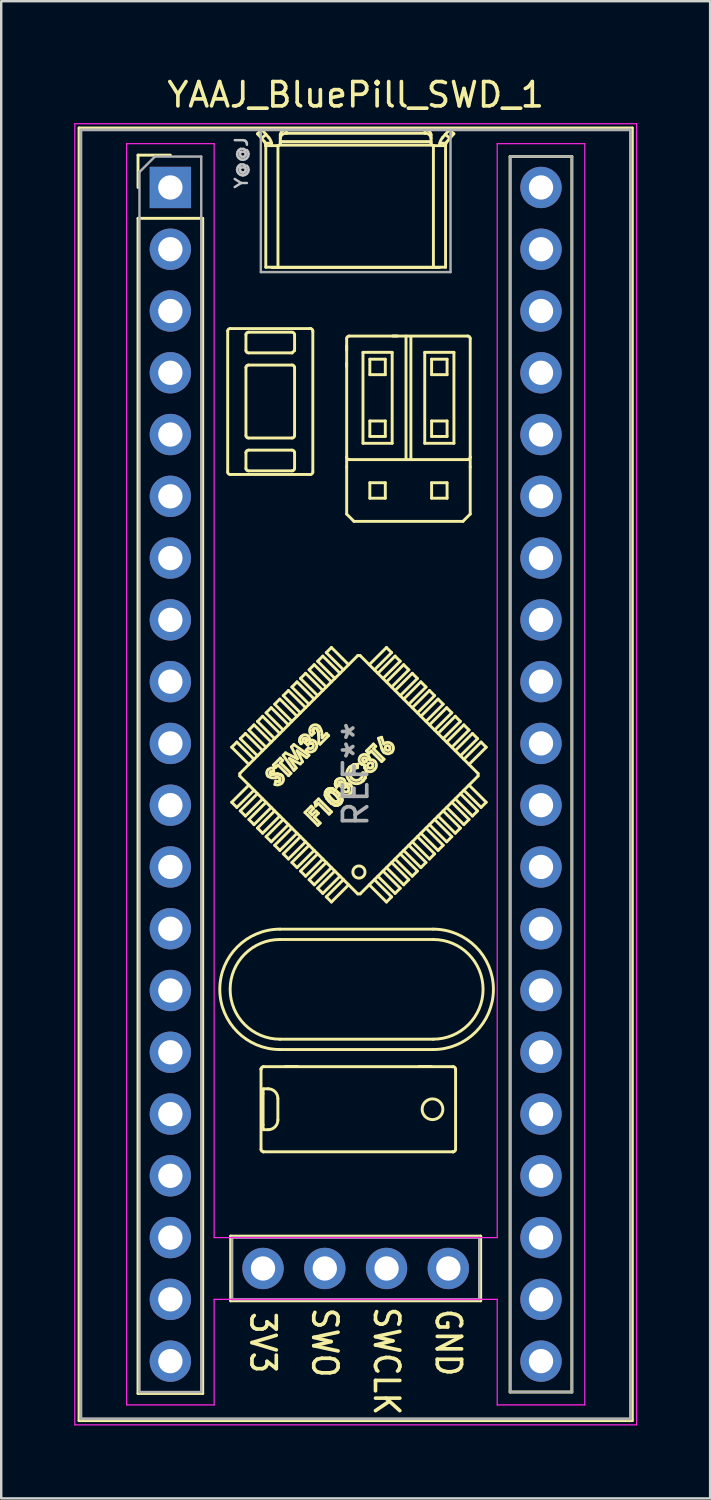
<source format=kicad_pcb>
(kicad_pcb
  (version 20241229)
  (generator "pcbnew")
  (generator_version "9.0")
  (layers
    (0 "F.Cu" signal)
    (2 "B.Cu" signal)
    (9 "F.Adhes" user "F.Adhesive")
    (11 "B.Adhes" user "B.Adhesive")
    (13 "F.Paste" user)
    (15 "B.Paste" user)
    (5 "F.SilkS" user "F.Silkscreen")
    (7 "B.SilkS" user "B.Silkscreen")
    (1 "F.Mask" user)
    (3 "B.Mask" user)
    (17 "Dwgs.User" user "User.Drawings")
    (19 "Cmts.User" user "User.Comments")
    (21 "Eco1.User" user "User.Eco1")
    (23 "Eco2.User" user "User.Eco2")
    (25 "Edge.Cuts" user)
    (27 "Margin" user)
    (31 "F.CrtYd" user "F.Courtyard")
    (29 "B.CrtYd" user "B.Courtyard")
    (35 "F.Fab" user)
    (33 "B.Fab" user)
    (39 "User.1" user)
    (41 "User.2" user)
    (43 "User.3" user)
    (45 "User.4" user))
  (footprint "YAAJ_BluePill_SWD_1"
    (layer "F.Cu")
    (at 3.955 4.658)
    (property "Reference" "YAAJ_BluePill_SWD_1" (at 7.62 -3.81 0) (layer "F.SilkS") (effects (font (size 1 1) (thickness 0.15))))
    (attr through_hole)
    (fp_line (start -3.755 -2.445) (end 18.995 -2.445) (stroke (width 0.12) (type solid)) (layer "F.SilkS"))
    (fp_line (start -3.755 50.705) (end -3.755 -2.445) (stroke (width 0.12) (type solid)) (layer "F.SilkS"))
    (fp_line (start -1.33 -1.33) (end 0 -1.33) (stroke (width 0.12) (type solid)) (layer "F.SilkS"))
    (fp_line (start -1.33 0) (end -1.33 -1.33) (stroke (width 0.12) (type solid)) (layer "F.SilkS"))
    (fp_line (start -1.33 1.27) (end 1.33 1.27) (stroke (width 0.12) (type solid)) (layer "F.SilkS"))
    (fp_line (start -1.33 49.59) (end -1.33 1.27) (stroke (width 0.12) (type solid)) (layer "F.SilkS"))
    (fp_line (start 1.33 1.27) (end 1.33 49.59) (stroke (width 0.12) (type solid)) (layer "F.SilkS"))
    (fp_line (start 1.33 49.59) (end -1.33 49.59) (stroke (width 0.12) (type solid)) (layer "F.SilkS"))
    (fp_line (start 2.358 5.902) (end 2.358 11.702) (stroke (width 0.12) (type solid)) (layer "F.SilkS"))
    (fp_line (start 2.458 11.802) (end 5.758 11.802) (stroke (width 0.12) (type solid)) (layer "F.SilkS"))
    (fp_line (start 2.48 43.12) (end 2.48 45.78) (stroke (width 0.12) (type solid)) (layer "F.SilkS"))
    (fp_line (start 2.48 45.78) (end 12.76 45.78) (stroke (width 0.12) (type solid)) (layer "F.SilkS"))
    (fp_line (start 2.522 23.017) (end 3.229 23.724) (stroke (width 0.12) (type solid)) (layer "F.SilkS"))
    (fp_line (start 2.522 25.28) (end 3.229 24.573) (stroke (width 0.12) (type solid)) (layer "F.SilkS"))
    (fp_line (start 2.734 22.805) (end 2.522 23.017) (stroke (width 0.12) (type solid)) (layer "F.SilkS"))
    (fp_line (start 2.734 22.805) (end 3.441 23.512) (stroke (width 0.12) (type solid)) (layer "F.SilkS"))
    (fp_line (start 2.734 25.492) (end 2.522 25.28) (stroke (width 0.12) (type solid)) (layer "F.SilkS"))
    (fp_line (start 2.734 25.492) (end 3.441 24.785) (stroke (width 0.12) (type solid)) (layer "F.SilkS"))
    (fp_line (start 2.855 24.199) (end 2.855 24.099) (stroke (width 0.12) (type solid)) (layer "F.SilkS"))
    (fp_line (start 2.855 24.199) (end 7.704 29.048) (stroke (width 0.12) (type solid)) (layer "F.SilkS"))
    (fp_line (start 2.875 22.664) (end 3.583 23.371) (stroke (width 0.12) (type solid)) (layer "F.SilkS"))
    (fp_line (start 2.875 25.634) (end 3.583 24.926) (stroke (width 0.12) (type solid)) (layer "F.SilkS"))
    (fp_line (start 3.088 22.452) (end 2.875 22.664) (stroke (width 0.12) (type solid)) (layer "F.SilkS"))
    (fp_line (start 3.088 22.452) (end 3.795 23.159) (stroke (width 0.12) (type solid)) (layer "F.SilkS"))
    (fp_line (start 3.088 25.846) (end 2.875 25.634) (stroke (width 0.12) (type solid)) (layer "F.SilkS"))
    (fp_line (start 3.088 25.846) (end 3.795 25.139) (stroke (width 0.12) (type solid)) (layer "F.SilkS"))
    (fp_line (start 3.108 6.702) (end 3.108 6.052) (stroke (width 0.12) (type solid)) (layer "F.SilkS"))
    (fp_line (start 3.108 10.202) (end 3.108 7.402) (stroke (width 0.12) (type solid)) (layer "F.SilkS"))
    (fp_line (start 3.108 11.552) (end 3.108 10.902) (stroke (width 0.12) (type solid)) (layer "F.SilkS"))
    (fp_line (start 3.208 5.952) (end 5.008 5.952) (stroke (width 0.12) (type solid)) (layer "F.SilkS"))
    (fp_line (start 3.208 7.302) (end 5.008 7.302) (stroke (width 0.12) (type solid)) (layer "F.SilkS"))
    (fp_line (start 3.208 10.802) (end 5.008 10.802) (stroke (width 0.12) (type solid)) (layer "F.SilkS"))
    (fp_line (start 3.229 22.31) (end 3.936 23.017) (stroke (width 0.12) (type solid)) (layer "F.SilkS"))
    (fp_line (start 3.229 25.987) (end 3.936 25.28) (stroke (width 0.12) (type solid)) (layer "F.SilkS"))
    (fp_line (start 3.441 22.098) (end 3.229 22.31) (stroke (width 0.12) (type solid)) (layer "F.SilkS"))
    (fp_line (start 3.441 22.098) (end 4.148 22.805) (stroke (width 0.12) (type solid)) (layer "F.SilkS"))
    (fp_line (start 3.441 26.199) (end 3.229 25.987) (stroke (width 0.12) (type solid)) (layer "F.SilkS"))
    (fp_line (start 3.441 26.199) (end 4.148 25.492) (stroke (width 0.12) (type solid)) (layer "F.SilkS"))
    (fp_line (start 3.583 -2.207) (end 3.861 -1.891) (stroke (width 0.12) (type solid)) (layer "F.SilkS"))
    (fp_line (start 3.583 21.957) (end 4.29 22.664) (stroke (width 0.12) (type solid)) (layer "F.SilkS"))
    (fp_line (start 3.583 26.341) (end 4.29 25.634) (stroke (width 0.12) (type solid)) (layer "F.SilkS"))
    (fp_line (start 3.728 36.253) (end 3.728 39.553) (stroke (width 0.12) (type solid)) (layer "F.SilkS"))
    (fp_line (start 3.728 36.252) (end 3.728 36.253) (stroke (width 0.12) (type solid)) (layer "F.SilkS"))
    (fp_line (start 3.748 -2.02) (end 3.933 -2.182) (stroke (width 0.12) (type solid)) (layer "F.SilkS"))
    (fp_line (start 3.767 -2.37) (end 3.583 -2.207) (stroke (width 0.12) (type solid)) (layer "F.SilkS"))
    (fp_line (start 3.795 21.744) (end 3.583 21.957) (stroke (width 0.12) (type solid)) (layer "F.SilkS"))
    (fp_line (start 3.795 21.744) (end 4.502 22.452) (stroke (width 0.12) (type solid)) (layer "F.SilkS"))
    (fp_line (start 3.795 26.553) (end 3.583 26.341) (stroke (width 0.12) (type solid)) (layer "F.SilkS"))
    (fp_line (start 3.795 26.553) (end 4.502 25.846) (stroke (width 0.12) (type solid)) (layer "F.SilkS"))
    (fp_line (start 3.812 38.544) (end 3.812 37.262) (stroke (width 0.12) (type solid)) (layer "F.SilkS"))
    (fp_line (start 3.827 39.653) (end 3.828 39.653) (stroke (width 0.12) (type solid)) (layer "F.SilkS"))
    (fp_line (start 3.828 36.153) (end 3.827 36.153) (stroke (width 0.12) (type solid)) (layer "F.SilkS"))
    (fp_line (start 3.828 36.153) (end 11.628 36.153) (stroke (width 0.12) (type solid)) (layer "F.SilkS"))
    (fp_line (start 3.828 39.653) (end 11.628 39.653) (stroke (width 0.12) (type solid)) (layer "F.SilkS"))
    (fp_line (start 3.834 38.744) (end 4.021 38.744) (stroke (width 0.12) (type solid)) (layer "F.SilkS"))
    (fp_line (start 3.924 -1.728) (end 3.929 -1.72) (stroke (width 0.12) (type solid)) (layer "F.SilkS"))
    (fp_line (start 3.924 -1.726) (end 3.924 -1.728) (stroke (width 0.12) (type solid)) (layer "F.SilkS"))
    (fp_line (start 3.924 -1.726) (end 3.924 3.28) (stroke (width 0.12) (type solid)) (layer "F.SilkS"))
    (fp_line (start 3.929 -1.72) (end 3.93 -1.72) (stroke (width 0.12) (type solid)) (layer "F.SilkS"))
    (fp_line (start 3.93 -1.72) (end 4.42 -1.72) (stroke (width 0.12) (type solid)) (layer "F.SilkS"))
    (fp_line (start 3.936 21.603) (end 4.643 22.31) (stroke (width 0.12) (type solid)) (layer "F.SilkS"))
    (fp_line (start 3.936 26.694) (end 4.643 25.987) (stroke (width 0.12) (type solid)) (layer "F.SilkS"))
    (fp_line (start 4.021 37.062) (end 3.834 37.062) (stroke (width 0.12) (type solid)) (layer "F.SilkS"))
    (fp_line (start 4.045 -2.055) (end 3.767 -2.37) (stroke (width 0.12) (type solid)) (layer "F.SilkS"))
    (fp_line (start 4.108 24.11) (end 4.126 24.122) (stroke (width 0.12) (type solid)) (layer "F.SilkS"))
    (fp_line (start 4.108 24.11) (end 4.126 24.122) (stroke (width 0.12) (type solid)) (layer "F.SilkS"))
    (fp_line (start 4.126 24.122) (end 4.142 24.127) (stroke (width 0.12) (type solid)) (layer "F.SilkS"))
    (fp_line (start 4.126 24.122) (end 4.142 24.127) (stroke (width 0.12) (type solid)) (layer "F.SilkS"))
    (fp_line (start 4.142 24.127) (end 4.221 24.127) (stroke (width 0.12) (type solid)) (layer "F.SilkS"))
    (fp_line (start 4.142 24.127) (end 4.221 24.127) (stroke (width 0.12) (type solid)) (layer "F.SilkS"))
    (fp_line (start 4.148 21.391) (end 3.936 21.603) (stroke (width 0.12) (type solid)) (layer "F.SilkS"))
    (fp_line (start 4.148 21.391) (end 4.855 22.098) (stroke (width 0.12) (type solid)) (layer "F.SilkS"))
    (fp_line (start 4.148 26.906) (end 3.936 26.694) (stroke (width 0.12) (type solid)) (layer "F.SilkS"))
    (fp_line (start 4.148 26.906) (end 4.855 26.199) (stroke (width 0.12) (type solid)) (layer "F.SilkS"))
    (fp_line (start 4.161 -1.82) (end 3.905 -1.82) (stroke (width 0.12) (type solid)) (layer "F.SilkS"))
    (fp_line (start 4.17 -1.72) (end 4.17 -1.724) (stroke (width 0.12) (type solid)) (layer "F.SilkS"))
    (fp_line (start 4.221 24.127) (end 4.283 24.123) (stroke (width 0.12) (type solid)) (layer "F.SilkS"))
    (fp_line (start 4.221 24.127) (end 4.283 24.123) (stroke (width 0.12) (type solid)) (layer "F.SilkS"))
    (fp_line (start 4.236 23.749) (end 4.522 23.463) (stroke (width 0.12) (type solid)) (layer "F.SilkS"))
    (fp_line (start 4.253 23.874) (end 4.247 24.011) (stroke (width 0.12) (type solid)) (layer "F.SilkS"))
    (fp_line (start 4.283 24.123) (end 4.355 24.118) (stroke (width 0.12) (type solid)) (layer "F.SilkS"))
    (fp_line (start 4.283 24.123) (end 4.355 24.118) (stroke (width 0.12) (type solid)) (layer "F.SilkS"))
    (fp_line (start 4.29 21.249) (end 4.997 21.957) (stroke (width 0.12) (type solid)) (layer "F.SilkS"))
    (fp_line (start 4.29 27.048) (end 4.997 26.341) (stroke (width 0.12) (type solid)) (layer "F.SilkS"))
    (fp_line (start 4.3 24.547) (end 4.334 24.413) (stroke (width 0.12) (type solid)) (layer "F.SilkS"))
    (fp_line (start 4.331 23.844) (end 4.236 23.749) (stroke (width 0.12) (type solid)) (layer "F.SilkS"))
    (fp_line (start 4.334 24.413) (end 4.424 24.424) (stroke (width 0.12) (type solid)) (layer "F.SilkS"))
    (fp_line (start 4.334 24.413) (end 4.424 24.424) (stroke (width 0.12) (type solid)) (layer "F.SilkS"))
    (fp_line (start 4.355 24.118) (end 4.412 24.116) (stroke (width 0.12) (type solid)) (layer "F.SilkS"))
    (fp_line (start 4.355 24.118) (end 4.412 24.116) (stroke (width 0.12) (type solid)) (layer "F.SilkS"))
    (fp_line (start 4.412 24.116) (end 4.518 24.135) (stroke (width 0.12) (type solid)) (layer "F.SilkS"))
    (fp_line (start 4.412 24.116) (end 4.518 24.135) (stroke (width 0.12) (type solid)) (layer "F.SilkS"))
    (fp_line (start 4.42 -1.72) (end 4.424 -1.72) (stroke (width 0.12) (type solid)) (layer "F.SilkS"))
    (fp_line (start 4.421 37.462) (end 4.421 38.344) (stroke (width 0.12) (type solid)) (layer "F.SilkS"))
    (fp_line (start 4.424 -1.72) (end 4.424 3.29) (stroke (width 0.12) (type solid)) (layer "F.SilkS"))
    (fp_line (start 4.424 24.424) (end 4.459 24.415) (stroke (width 0.12) (type solid)) (layer "F.SilkS"))
    (fp_line (start 4.424 24.424) (end 4.459 24.415) (stroke (width 0.12) (type solid)) (layer "F.SilkS"))
    (fp_line (start 4.427 23.749) (end 4.331 23.844) (stroke (width 0.12) (type solid)) (layer "F.SilkS"))
    (fp_line (start 4.459 24.415) (end 4.489 24.394) (stroke (width 0.12) (type solid)) (layer "F.SilkS"))
    (fp_line (start 4.459 24.415) (end 4.489 24.394) (stroke (width 0.12) (type solid)) (layer "F.SilkS"))
    (fp_line (start 4.502 21.037) (end 4.29 21.249) (stroke (width 0.12) (type solid)) (layer "F.SilkS"))
    (fp_line (start 4.502 21.037) (end 5.209 21.744) (stroke (width 0.12) (type solid)) (layer "F.SilkS"))
    (fp_line (start 4.502 27.26) (end 4.29 27.048) (stroke (width 0.12) (type solid)) (layer "F.SilkS"))
    (fp_line (start 4.502 27.26) (end 5.209 26.553) (stroke (width 0.12) (type solid)) (layer "F.SilkS"))
    (fp_line (start 4.508 30.923) (end 10.808 30.923) (stroke (width 0.12) (type solid)) (layer "F.SilkS"))
    (fp_line (start 4.508 35.448) (end 10.808 35.448) (stroke (width 0.12) (type solid)) (layer "F.SilkS"))
    (fp_line (start 4.518 24.135) (end 4.588 24.183) (stroke (width 0.12) (type solid)) (layer "F.SilkS"))
    (fp_line (start 4.518 24.135) (end 4.588 24.183) (stroke (width 0.12) (type solid)) (layer "F.SilkS"))
    (fp_line (start 4.52 -2.165) (end 4.52 -1.82) (stroke (width 0.12) (type solid)) (layer "F.SilkS"))
    (fp_line (start 4.52 -1.885) (end 10.72 -1.885) (stroke (width 0.12) (type solid)) (layer "F.SilkS"))
    (fp_line (start 4.522 23.463) (end 4.617 23.559) (stroke (width 0.12) (type solid)) (layer "F.SilkS"))
    (fp_line (start 4.522 23.654) (end 4.957 24.089) (stroke (width 0.12) (type solid)) (layer "F.SilkS"))
    (fp_line (start 4.617 23.559) (end 4.522 23.654) (stroke (width 0.12) (type solid)) (layer "F.SilkS"))
    (fp_line (start 4.639 23.347) (end 4.737 23.248) (stroke (width 0.12) (type solid)) (layer "F.SilkS"))
    (fp_line (start 4.643 20.896) (end 5.35 21.603) (stroke (width 0.12) (type solid)) (layer "F.SilkS"))
    (fp_line (start 4.643 27.401) (end 5.35 26.694) (stroke (width 0.12) (type solid)) (layer "F.SilkS"))
    (fp_line (start 4.737 23.248) (end 5.228 23.497) (stroke (width 0.12) (type solid)) (layer "F.SilkS"))
    (fp_line (start 4.77 -2.227) (end 4.77 -2.37) (stroke (width 0.12) (type solid)) (layer "F.SilkS"))
    (fp_line (start 4.855 20.684) (end 4.643 20.896) (stroke (width 0.12) (type solid)) (layer "F.SilkS"))
    (fp_line (start 4.855 20.684) (end 5.562 21.391) (stroke (width 0.12) (type solid)) (layer "F.SilkS"))
    (fp_line (start 4.855 27.613) (end 4.643 27.401) (stroke (width 0.12) (type solid)) (layer "F.SilkS"))
    (fp_line (start 4.855 27.613) (end 5.562 26.906) (stroke (width 0.12) (type solid)) (layer "F.SilkS"))
    (fp_line (start 4.862 24.184) (end 4.427 23.749) (stroke (width 0.12) (type solid)) (layer "F.SilkS"))
    (fp_line (start 4.897 23.479) (end 5.176 23.87) (stroke (width 0.12) (type solid)) (layer "F.SilkS"))
    (fp_line (start 4.957 24.089) (end 4.862 24.184) (stroke (width 0.12) (type solid)) (layer "F.SilkS"))
    (fp_line (start 4.98 23.005) (end 5.078 22.907) (stroke (width 0.12) (type solid)) (layer "F.SilkS"))
    (fp_line (start 4.997 20.542) (end 5.704 21.249) (stroke (width 0.12) (type solid)) (layer "F.SilkS"))
    (fp_line (start 4.997 27.755) (end 5.704 27.048) (stroke (width 0.12) (type solid)) (layer "F.SilkS"))
    (fp_line (start 5.008 6.802) (end 3.208 6.802) (stroke (width 0.12) (type solid)) (layer "F.SilkS"))
    (fp_line (start 5.008 6.802) (end 5.108 6.702) (stroke (width 0.12) (type solid)) (layer "F.SilkS"))
    (fp_line (start 5.008 10.302) (end 3.208 10.302) (stroke (width 0.12) (type solid)) (layer "F.SilkS"))
    (fp_line (start 5.008 11.652) (end 3.208 11.652) (stroke (width 0.12) (type solid)) (layer "F.SilkS"))
    (fp_line (start 5.078 22.907) (end 5.698 23.348) (stroke (width 0.12) (type solid)) (layer "F.SilkS"))
    (fp_line (start 5.079 23.967) (end 4.639 23.347) (stroke (width 0.12) (type solid)) (layer "F.SilkS"))
    (fp_line (start 5.108 6.052) (end 5.108 6.702) (stroke (width 0.12) (type solid)) (layer "F.SilkS"))
    (fp_line (start 5.108 7.402) (end 5.108 10.202) (stroke (width 0.12) (type solid)) (layer "F.SilkS"))
    (fp_line (start 5.108 10.902) (end 5.108 11.552) (stroke (width 0.12) (type solid)) (layer "F.SilkS"))
    (fp_line (start 5.176 23.87) (end 5.079 23.967) (stroke (width 0.12) (type solid)) (layer "F.SilkS"))
    (fp_line (start 5.209 20.33) (end 4.997 20.542) (stroke (width 0.12) (type solid)) (layer "F.SilkS"))
    (fp_line (start 5.209 20.33) (end 5.916 21.037) (stroke (width 0.12) (type solid)) (layer "F.SilkS"))
    (fp_line (start 5.209 27.967) (end 4.997 27.755) (stroke (width 0.12) (type solid)) (layer "F.SilkS"))
    (fp_line (start 5.209 27.967) (end 5.916 27.26) (stroke (width 0.12) (type solid)) (layer "F.SilkS"))
    (fp_line (start 5.21 23.166) (end 5.435 23.611) (stroke (width 0.12) (type solid)) (layer "F.SilkS"))
    (fp_line (start 5.228 36.143) (end 4.728 36.143) (stroke (width 0.12) (type solid)) (layer "F.SilkS"))
    (fp_line (start 5.228 23.497) (end 4.98 23.005) (stroke (width 0.12) (type solid)) (layer "F.SilkS"))
    (fp_line (start 5.319 22.738) (end 5.339 22.637) (stroke (width 0.12) (type solid)) (layer "F.SilkS"))
    (fp_line (start 5.319 22.738) (end 5.339 22.637) (stroke (width 0.12) (type solid)) (layer "F.SilkS"))
    (fp_line (start 5.331 22.801) (end 5.319 22.738) (stroke (width 0.12) (type solid)) (layer "F.SilkS"))
    (fp_line (start 5.331 22.801) (end 5.319 22.738) (stroke (width 0.12) (type solid)) (layer "F.SilkS"))
    (fp_line (start 5.339 22.637) (end 5.387 22.571) (stroke (width 0.12) (type solid)) (layer "F.SilkS"))
    (fp_line (start 5.339 22.637) (end 5.387 22.571) (stroke (width 0.12) (type solid)) (layer "F.SilkS"))
    (fp_line (start 5.342 23.704) (end 4.897 23.479) (stroke (width 0.12) (type solid)) (layer "F.SilkS"))
    (fp_line (start 5.35 20.189) (end 6.057 20.896) (stroke (width 0.12) (type solid)) (layer "F.SilkS"))
    (fp_line (start 5.35 28.108) (end 6.057 27.401) (stroke (width 0.12) (type solid)) (layer "F.SilkS"))
    (fp_line (start 5.372 22.872) (end 5.331 22.801) (stroke (width 0.12) (type solid)) (layer "F.SilkS"))
    (fp_line (start 5.372 22.872) (end 5.331 22.801) (stroke (width 0.12) (type solid)) (layer "F.SilkS"))
    (fp_line (start 5.435 23.611) (end 5.342 23.704) (stroke (width 0.12) (type solid)) (layer "F.SilkS"))
    (fp_line (start 5.467 22.777) (end 5.372 22.872) (stroke (width 0.12) (type solid)) (layer "F.SilkS"))
    (fp_line (start 5.535 25.7) (end 5.793 25.442) (stroke (width 0.12) (type solid)) (layer "F.SilkS"))
    (fp_line (start 5.549 22.831) (end 5.6 22.752) (stroke (width 0.12) (type solid)) (layer "F.SilkS"))
    (fp_line (start 5.549 22.831) (end 5.6 22.752) (stroke (width 0.12) (type solid)) (layer "F.SilkS"))
    (fp_line (start 5.562 19.977) (end 5.35 20.189) (stroke (width 0.12) (type solid)) (layer "F.SilkS"))
    (fp_line (start 5.562 19.977) (end 6.27 20.684) (stroke (width 0.12) (type solid)) (layer "F.SilkS"))
    (fp_line (start 5.562 28.321) (end 5.35 28.108) (stroke (width 0.12) (type solid)) (layer "F.SilkS"))
    (fp_line (start 5.562 28.321) (end 6.27 27.613) (stroke (width 0.12) (type solid)) (layer "F.SilkS"))
    (fp_line (start 5.583 23.137) (end 5.678 23.042) (stroke (width 0.12) (type solid)) (layer "F.SilkS"))
    (fp_line (start 5.598 22.683) (end 5.585 22.664) (stroke (width 0.12) (type solid)) (layer "F.SilkS"))
    (fp_line (start 5.598 22.683) (end 5.585 22.664) (stroke (width 0.12) (type solid)) (layer "F.SilkS"))
    (fp_line (start 5.6 22.752) (end 5.605 22.706) (stroke (width 0.12) (type solid)) (layer "F.SilkS"))
    (fp_line (start 5.6 22.752) (end 5.605 22.706) (stroke (width 0.12) (type solid)) (layer "F.SilkS"))
    (fp_line (start 5.602 23.444) (end 5.21 23.166) (stroke (width 0.12) (type solid)) (layer "F.SilkS"))
    (fp_line (start 5.605 22.706) (end 5.598 22.683) (stroke (width 0.12) (type solid)) (layer "F.SilkS"))
    (fp_line (start 5.605 22.706) (end 5.598 22.683) (stroke (width 0.12) (type solid)) (layer "F.SilkS"))
    (fp_line (start 5.637 22.92) (end 5.549 22.831) (stroke (width 0.12) (type solid)) (layer "F.SilkS"))
    (fp_line (start 5.698 23.348) (end 5.602 23.444) (stroke (width 0.12) (type solid)) (layer "F.SilkS"))
    (fp_line (start 5.704 19.835) (end 6.411 20.542) (stroke (width 0.12) (type solid)) (layer "F.SilkS"))
    (fp_line (start 5.704 28.462) (end 6.411 27.755) (stroke (width 0.12) (type solid)) (layer "F.SilkS"))
    (fp_line (start 5.725 25.7) (end 5.827 25.802) (stroke (width 0.12) (type solid)) (layer "F.SilkS"))
    (fp_line (start 5.738 22.854) (end 5.637 22.92) (stroke (width 0.12) (type solid)) (layer "F.SilkS"))
    (fp_line (start 5.738 22.854) (end 5.637 22.92) (stroke (width 0.12) (type solid)) (layer "F.SilkS"))
    (fp_line (start 5.758 5.802) (end 2.458 5.802) (stroke (width 0.12) (type solid)) (layer "F.SilkS"))
    (fp_line (start 5.762 5.802) (end 5.758 5.802) (stroke (width 0.12) (type solid)) (layer "F.SilkS"))
    (fp_line (start 5.793 25.442) (end 5.888 25.537) (stroke (width 0.12) (type solid)) (layer "F.SilkS"))
    (fp_line (start 5.798 22.849) (end 5.738 22.854) (stroke (width 0.12) (type solid)) (layer "F.SilkS"))
    (fp_line (start 5.798 22.849) (end 5.738 22.854) (stroke (width 0.12) (type solid)) (layer "F.SilkS"))
    (fp_line (start 5.827 25.802) (end 5.99 25.639) (stroke (width 0.12) (type solid)) (layer "F.SilkS"))
    (fp_line (start 5.827 22.858) (end 5.798 22.849) (stroke (width 0.12) (type solid)) (layer "F.SilkS"))
    (fp_line (start 5.827 22.858) (end 5.798 22.849) (stroke (width 0.12) (type solid)) (layer "F.SilkS"))
    (fp_line (start 5.852 22.876) (end 5.827 22.858) (stroke (width 0.12) (type solid)) (layer "F.SilkS"))
    (fp_line (start 5.852 22.876) (end 5.827 22.858) (stroke (width 0.12) (type solid)) (layer "F.SilkS"))
    (fp_line (start 5.858 11.702) (end 5.858 5.902) (stroke (width 0.12) (type solid)) (layer "F.SilkS"))
    (fp_line (start 5.862 22.307) (end 5.866 22.36) (stroke (width 0.12) (type solid)) (layer "F.SilkS"))
    (fp_line (start 5.862 22.307) (end 5.866 22.36) (stroke (width 0.12) (type solid)) (layer "F.SilkS"))
    (fp_line (start 5.866 22.36) (end 5.909 22.43) (stroke (width 0.12) (type solid)) (layer "F.SilkS"))
    (fp_line (start 5.866 22.36) (end 5.909 22.43) (stroke (width 0.12) (type solid)) (layer "F.SilkS"))
    (fp_line (start 5.887 22.261) (end 5.862 22.307) (stroke (width 0.12) (type solid)) (layer "F.SilkS"))
    (fp_line (start 5.887 22.261) (end 5.862 22.307) (stroke (width 0.12) (type solid)) (layer "F.SilkS"))
    (fp_line (start 5.888 25.537) (end 5.725 25.7) (stroke (width 0.12) (type solid)) (layer "F.SilkS"))
    (fp_line (start 5.909 22.43) (end 5.814 22.525) (stroke (width 0.12) (type solid)) (layer "F.SilkS"))
    (fp_line (start 5.916 19.623) (end 5.704 19.835) (stroke (width 0.12) (type solid)) (layer "F.SilkS"))
    (fp_line (start 5.916 19.623) (end 6.623 20.33) (stroke (width 0.12) (type solid)) (layer "F.SilkS"))
    (fp_line (start 5.916 28.674) (end 5.704 28.462) (stroke (width 0.12) (type solid)) (layer "F.SilkS"))
    (fp_line (start 5.916 28.674) (end 6.623 27.967) (stroke (width 0.12) (type solid)) (layer "F.SilkS"))
    (fp_line (start 5.922 25.898) (end 6.16 26.136) (stroke (width 0.12) (type solid)) (layer "F.SilkS"))
    (fp_line (start 5.945 25.29) (end 6.092 25.143) (stroke (width 0.12) (type solid)) (layer "F.SilkS"))
    (fp_line (start 5.977 25.435) (end 5.945 25.29) (stroke (width 0.12) (type solid)) (layer "F.SilkS"))
    (fp_line (start 5.99 25.639) (end 6.086 25.734) (stroke (width 0.12) (type solid)) (layer "F.SilkS"))
    (fp_line (start 6.057 19.482) (end 6.765 20.189) (stroke (width 0.12) (type solid)) (layer "F.SilkS"))
    (fp_line (start 6.057 28.815) (end 6.765 28.108) (stroke (width 0.12) (type solid)) (layer "F.SilkS"))
    (fp_line (start 6.065 26.231) (end 5.535 25.7) (stroke (width 0.12) (type solid)) (layer "F.SilkS"))
    (fp_line (start 6.08 22.368) (end 6.027 22.263) (stroke (width 0.12) (type solid)) (layer "F.SilkS"))
    (fp_line (start 6.08 22.368) (end 6.027 22.263) (stroke (width 0.12) (type solid)) (layer "F.SilkS"))
    (fp_line (start 6.086 25.326) (end 5.977 25.435) (stroke (width 0.12) (type solid)) (layer "F.SilkS"))
    (fp_line (start 6.086 25.734) (end 5.922 25.898) (stroke (width 0.12) (type solid)) (layer "F.SilkS"))
    (fp_line (start 6.092 25.143) (end 6.623 25.673) (stroke (width 0.12) (type solid)) (layer "F.SilkS"))
    (fp_line (start 6.095 22.52) (end 6.08 22.368) (stroke (width 0.12) (type solid)) (layer "F.SilkS"))
    (fp_line (start 6.095 22.52) (end 6.08 22.368) (stroke (width 0.12) (type solid)) (layer "F.SilkS"))
    (fp_line (start 6.105 22.844) (end 6.095 22.52) (stroke (width 0.12) (type solid)) (layer "F.SilkS"))
    (fp_line (start 6.154 22.892) (end 6.105 22.844) (stroke (width 0.12) (type solid)) (layer "F.SilkS"))
    (fp_line (start 6.16 26.136) (end 6.065 26.231) (stroke (width 0.12) (type solid)) (layer "F.SilkS"))
    (fp_line (start 6.232 22.51) (end 6.24 22.629) (stroke (width 0.12) (type solid)) (layer "F.SilkS"))
    (fp_line (start 6.24 22.629) (end 6.419 22.45) (stroke (width 0.12) (type solid)) (layer "F.SilkS"))
    (fp_line (start 6.27 19.27) (end 6.057 19.482) (stroke (width 0.12) (type solid)) (layer "F.SilkS"))
    (fp_line (start 6.27 19.27) (end 6.977 19.977) (stroke (width 0.12) (type solid)) (layer "F.SilkS"))
    (fp_line (start 6.27 29.028) (end 6.057 28.815) (stroke (width 0.12) (type solid)) (layer "F.SilkS"))
    (fp_line (start 6.27 29.028) (end 6.977 28.321) (stroke (width 0.12) (type solid)) (layer "F.SilkS"))
    (fp_line (start 6.365 24.988) (end 6.373 24.863) (stroke (width 0.12) (type solid)) (layer "F.SilkS"))
    (fp_line (start 6.365 24.988) (end 6.373 24.863) (stroke (width 0.12) (type solid)) (layer "F.SilkS"))
    (fp_line (start 6.373 24.863) (end 6.427 24.781) (stroke (width 0.12) (type solid)) (layer "F.SilkS"))
    (fp_line (start 6.373 24.863) (end 6.427 24.781) (stroke (width 0.12) (type solid)) (layer "F.SilkS"))
    (fp_line (start 6.411 19.128) (end 7.118 19.835) (stroke (width 0.12) (type solid)) (layer "F.SilkS"))
    (fp_line (start 6.411 29.169) (end 7.118 28.462) (stroke (width 0.12) (type solid)) (layer "F.SilkS"))
    (fp_line (start 6.419 22.45) (end 6.507 22.539) (stroke (width 0.12) (type solid)) (layer "F.SilkS"))
    (fp_line (start 6.421 25.111) (end 6.365 24.988) (stroke (width 0.12) (type solid)) (layer "F.SilkS"))
    (fp_line (start 6.421 25.111) (end 6.365 24.988) (stroke (width 0.12) (type solid)) (layer "F.SilkS"))
    (fp_line (start 6.427 24.781) (end 6.48 24.74) (stroke (width 0.12) (type solid)) (layer "F.SilkS"))
    (fp_line (start 6.427 24.781) (end 6.48 24.74) (stroke (width 0.12) (type solid)) (layer "F.SilkS"))
    (fp_line (start 6.48 24.74) (end 6.541 24.715) (stroke (width 0.12) (type solid)) (layer "F.SilkS"))
    (fp_line (start 6.48 24.74) (end 6.541 24.715) (stroke (width 0.12) (type solid)) (layer "F.SilkS"))
    (fp_line (start 6.496 24.948) (end 6.524 25.024) (stroke (width 0.12) (type solid)) (layer "F.SilkS"))
    (fp_line (start 6.496 24.948) (end 6.524 25.024) (stroke (width 0.12) (type solid)) (layer "F.SilkS"))
    (fp_line (start 6.503 24.908) (end 6.496 24.948) (stroke (width 0.12) (type solid)) (layer "F.SilkS"))
    (fp_line (start 6.503 24.908) (end 6.496 24.948) (stroke (width 0.12) (type solid)) (layer "F.SilkS"))
    (fp_line (start 6.507 22.539) (end 6.154 22.892) (stroke (width 0.12) (type solid)) (layer "F.SilkS"))
    (fp_line (start 6.524 25.024) (end 6.629 25.149) (stroke (width 0.12) (type solid)) (layer "F.SilkS"))
    (fp_line (start 6.524 25.024) (end 6.629 25.149) (stroke (width 0.12) (type solid)) (layer "F.SilkS"))
    (fp_line (start 6.525 24.874) (end 6.503 24.908) (stroke (width 0.12) (type solid)) (layer "F.SilkS"))
    (fp_line (start 6.525 24.874) (end 6.503 24.908) (stroke (width 0.12) (type solid)) (layer "F.SilkS"))
    (fp_line (start 6.528 25.768) (end 6.086 25.326) (stroke (width 0.12) (type solid)) (layer "F.SilkS"))
    (fp_line (start 6.533 25.243) (end 6.421 25.111) (stroke (width 0.12) (type solid)) (layer "F.SilkS"))
    (fp_line (start 6.533 25.243) (end 6.421 25.111) (stroke (width 0.12) (type solid)) (layer "F.SilkS"))
    (fp_line (start 6.541 24.715) (end 6.608 24.71) (stroke (width 0.12) (type solid)) (layer "F.SilkS"))
    (fp_line (start 6.541 24.715) (end 6.608 24.71) (stroke (width 0.12) (type solid)) (layer "F.SilkS"))
    (fp_line (start 6.558 24.852) (end 6.525 24.874) (stroke (width 0.12) (type solid)) (layer "F.SilkS"))
    (fp_line (start 6.558 24.852) (end 6.525 24.874) (stroke (width 0.12) (type solid)) (layer "F.SilkS"))
    (fp_line (start 6.597 24.848) (end 6.558 24.852) (stroke (width 0.12) (type solid)) (layer "F.SilkS"))
    (fp_line (start 6.597 24.848) (end 6.558 24.852) (stroke (width 0.12) (type solid)) (layer "F.SilkS"))
    (fp_line (start 6.608 24.71) (end 6.673 24.725) (stroke (width 0.12) (type solid)) (layer "F.SilkS"))
    (fp_line (start 6.608 24.71) (end 6.673 24.725) (stroke (width 0.12) (type solid)) (layer "F.SilkS"))
    (fp_line (start 6.623 25.673) (end 6.528 25.768) (stroke (width 0.12) (type solid)) (layer "F.SilkS"))
    (fp_line (start 6.623 18.916) (end 6.411 19.128) (stroke (width 0.12) (type solid)) (layer "F.SilkS"))
    (fp_line (start 6.623 18.916) (end 7.33 19.623) (stroke (width 0.12) (type solid)) (layer "F.SilkS"))
    (fp_line (start 6.623 29.381) (end 6.411 29.169) (stroke (width 0.12) (type solid)) (layer "F.SilkS"))
    (fp_line (start 6.623 29.381) (end 7.33 28.674) (stroke (width 0.12) (type solid)) (layer "F.SilkS"))
    (fp_line (start 6.629 25.149) (end 6.749 25.246) (stroke (width 0.12) (type solid)) (layer "F.SilkS"))
    (fp_line (start 6.629 25.149) (end 6.749 25.246) (stroke (width 0.12) (type solid)) (layer "F.SilkS"))
    (fp_line (start 6.631 25.331) (end 6.533 25.243) (stroke (width 0.12) (type solid)) (layer "F.SilkS"))
    (fp_line (start 6.631 25.331) (end 6.533 25.243) (stroke (width 0.12) (type solid)) (layer "F.SilkS"))
    (fp_line (start 6.671 24.873) (end 6.597 24.848) (stroke (width 0.12) (type solid)) (layer "F.SilkS"))
    (fp_line (start 6.671 24.873) (end 6.597 24.848) (stroke (width 0.12) (type solid)) (layer "F.SilkS"))
    (fp_line (start 6.673 24.725) (end 6.788 24.789) (stroke (width 0.12) (type solid)) (layer "F.SilkS"))
    (fp_line (start 6.673 24.725) (end 6.788 24.789) (stroke (width 0.12) (type solid)) (layer "F.SilkS"))
    (fp_line (start 6.746 25.394) (end 6.631 25.331) (stroke (width 0.12) (type solid)) (layer "F.SilkS"))
    (fp_line (start 6.746 25.394) (end 6.631 25.331) (stroke (width 0.12) (type solid)) (layer "F.SilkS"))
    (fp_line (start 6.749 25.246) (end 6.822 25.268) (stroke (width 0.12) (type solid)) (layer "F.SilkS"))
    (fp_line (start 6.749 25.246) (end 6.822 25.268) (stroke (width 0.12) (type solid)) (layer "F.SilkS"))
    (fp_line (start 6.781 24.526) (end 6.801 24.425) (stroke (width 0.12) (type solid)) (layer "F.SilkS"))
    (fp_line (start 6.781 24.526) (end 6.801 24.425) (stroke (width 0.12) (type solid)) (layer "F.SilkS"))
    (fp_line (start 6.788 24.789) (end 6.888 24.878) (stroke (width 0.12) (type solid)) (layer "F.SilkS"))
    (fp_line (start 6.788 24.789) (end 6.888 24.878) (stroke (width 0.12) (type solid)) (layer "F.SilkS"))
    (fp_line (start 6.793 24.973) (end 6.671 24.873) (stroke (width 0.12) (type solid)) (layer "F.SilkS"))
    (fp_line (start 6.793 24.973) (end 6.671 24.873) (stroke (width 0.12) (type solid)) (layer "F.SilkS"))
    (fp_line (start 6.793 24.589) (end 6.781 24.526) (stroke (width 0.12) (type solid)) (layer "F.SilkS"))
    (fp_line (start 6.793 24.589) (end 6.781 24.526) (stroke (width 0.12) (type solid)) (layer "F.SilkS"))
    (fp_line (start 6.801 24.425) (end 6.849 24.359) (stroke (width 0.12) (type solid)) (layer "F.SilkS"))
    (fp_line (start 6.801 24.425) (end 6.849 24.359) (stroke (width 0.12) (type solid)) (layer "F.SilkS"))
    (fp_line (start 6.811 25.407) (end 6.746 25.394) (stroke (width 0.12) (type solid)) (layer "F.SilkS"))
    (fp_line (start 6.811 25.407) (end 6.746 25.394) (stroke (width 0.12) (type solid)) (layer "F.SilkS"))
    (fp_line (start 6.822 25.268) (end 6.86 25.262) (stroke (width 0.12) (type solid)) (layer "F.SilkS"))
    (fp_line (start 6.822 25.268) (end 6.86 25.262) (stroke (width 0.12) (type solid)) (layer "F.SilkS"))
    (fp_line (start 6.834 24.66) (end 6.793 24.589) (stroke (width 0.12) (type solid)) (layer "F.SilkS"))
    (fp_line (start 6.834 24.66) (end 6.793 24.589) (stroke (width 0.12) (type solid)) (layer "F.SilkS"))
    (fp_line (start 6.856 25.043) (end 6.793 24.973) (stroke (width 0.12) (type solid)) (layer "F.SilkS"))
    (fp_line (start 6.856 25.043) (end 6.793 24.973) (stroke (width 0.12) (type solid)) (layer "F.SilkS"))
    (fp_line (start 6.86 25.262) (end 6.892 25.241) (stroke (width 0.12) (type solid)) (layer "F.SilkS"))
    (fp_line (start 6.86 25.262) (end 6.892 25.241) (stroke (width 0.12) (type solid)) (layer "F.SilkS"))
    (fp_line (start 6.876 25.402) (end 6.811 25.407) (stroke (width 0.12) (type solid)) (layer "F.SilkS"))
    (fp_line (start 6.876 25.402) (end 6.811 25.407) (stroke (width 0.12) (type solid)) (layer "F.SilkS"))
    (fp_line (start 6.888 24.878) (end 6.976 24.977) (stroke (width 0.12) (type solid)) (layer "F.SilkS"))
    (fp_line (start 6.888 24.878) (end 6.976 24.977) (stroke (width 0.12) (type solid)) (layer "F.SilkS"))
    (fp_line (start 6.914 25.146) (end 6.856 25.043) (stroke (width 0.12) (type solid)) (layer "F.SilkS"))
    (fp_line (start 6.914 25.146) (end 6.856 25.043) (stroke (width 0.12) (type solid)) (layer "F.SilkS"))
    (fp_line (start 6.929 24.565) (end 6.834 24.66) (stroke (width 0.12) (type solid)) (layer "F.SilkS"))
    (fp_line (start 6.936 25.377) (end 6.876 25.402) (stroke (width 0.12) (type solid)) (layer "F.SilkS"))
    (fp_line (start 6.936 25.377) (end 6.876 25.402) (stroke (width 0.12) (type solid)) (layer "F.SilkS"))
    (fp_line (start 6.976 24.977) (end 7.041 25.092) (stroke (width 0.12) (type solid)) (layer "F.SilkS"))
    (fp_line (start 6.976 24.977) (end 7.041 25.092) (stroke (width 0.12) (type solid)) (layer "F.SilkS"))
    (fp_line (start 6.988 25.335) (end 6.936 25.377) (stroke (width 0.12) (type solid)) (layer "F.SilkS"))
    (fp_line (start 6.988 25.335) (end 6.936 25.377) (stroke (width 0.12) (type solid)) (layer "F.SilkS"))
    (fp_line (start 7.01 24.619) (end 7.062 24.54) (stroke (width 0.12) (type solid)) (layer "F.SilkS"))
    (fp_line (start 7.01 24.619) (end 7.062 24.54) (stroke (width 0.12) (type solid)) (layer "F.SilkS"))
    (fp_line (start 7.029 25.284) (end 6.988 25.335) (stroke (width 0.12) (type solid)) (layer "F.SilkS"))
    (fp_line (start 7.029 25.284) (end 6.988 25.335) (stroke (width 0.12) (type solid)) (layer "F.SilkS"))
    (fp_line (start 7.041 25.092) (end 7.057 25.157) (stroke (width 0.12) (type solid)) (layer "F.SilkS"))
    (fp_line (start 7.041 25.092) (end 7.057 25.157) (stroke (width 0.12) (type solid)) (layer "F.SilkS"))
    (fp_line (start 7.044 24.925) (end 7.14 24.83) (stroke (width 0.12) (type solid)) (layer "F.SilkS"))
    (fp_line (start 7.054 25.223) (end 7.029 25.284) (stroke (width 0.12) (type solid)) (layer "F.SilkS"))
    (fp_line (start 7.054 25.223) (end 7.029 25.284) (stroke (width 0.12) (type solid)) (layer "F.SilkS"))
    (fp_line (start 7.057 25.157) (end 7.054 25.223) (stroke (width 0.12) (type solid)) (layer "F.SilkS"))
    (fp_line (start 7.057 25.157) (end 7.054 25.223) (stroke (width 0.12) (type solid)) (layer "F.SilkS"))
    (fp_line (start 7.06 24.471) (end 7.047 24.452) (stroke (width 0.12) (type solid)) (layer "F.SilkS"))
    (fp_line (start 7.06 24.471) (end 7.047 24.452) (stroke (width 0.12) (type solid)) (layer "F.SilkS"))
    (fp_line (start 7.062 24.54) (end 7.067 24.494) (stroke (width 0.12) (type solid)) (layer "F.SilkS"))
    (fp_line (start 7.062 24.54) (end 7.067 24.494) (stroke (width 0.12) (type solid)) (layer "F.SilkS"))
    (fp_line (start 7.067 24.494) (end 7.06 24.471) (stroke (width 0.12) (type solid)) (layer "F.SilkS"))
    (fp_line (start 7.067 24.494) (end 7.06 24.471) (stroke (width 0.12) (type solid)) (layer "F.SilkS"))
    (fp_line (start 7.099 24.708) (end 7.01 24.619) (stroke (width 0.12) (type solid)) (layer "F.SilkS"))
    (fp_line (start 7.2 24.642) (end 7.099 24.708) (stroke (width 0.12) (type solid)) (layer "F.SilkS"))
    (fp_line (start 7.2 24.642) (end 7.099 24.708) (stroke (width 0.12) (type solid)) (layer "F.SilkS"))
    (fp_line (start 7.249 6.502) (end 7.249 6.691) (stroke (width 0.12) (type solid)) (layer "F.SilkS"))
    (fp_line (start 7.249 7.231) (end 7.249 7.265) (stroke (width 0.12) (type solid)) (layer "F.SilkS"))
    (fp_line (start 7.249 7.315) (end 7.249 7.359) (stroke (width 0.12) (type solid)) (layer "F.SilkS"))
    (fp_line (start 7.25 11.09) (end 7.25 6.21) (stroke (width 0.12) (type solid)) (layer "F.SilkS"))
    (fp_line (start 7.25 11.09) (end 7.25 11.49) (stroke (width 0.12) (type solid)) (layer "F.SilkS"))
    (fp_line (start 7.25 11.49) (end 7.25 13.43) (stroke (width 0.12) (type solid)) (layer "F.SilkS"))
    (fp_line (start 7.25 13.43) (end 7.55 13.73) (stroke (width 0.12) (type solid)) (layer "F.SilkS"))
    (fp_line (start 7.26 24.637) (end 7.2 24.642) (stroke (width 0.12) (type solid)) (layer "F.SilkS"))
    (fp_line (start 7.26 24.637) (end 7.2 24.642) (stroke (width 0.12) (type solid)) (layer "F.SilkS"))
    (fp_line (start 7.289 24.646) (end 7.26 24.637) (stroke (width 0.12) (type solid)) (layer "F.SilkS"))
    (fp_line (start 7.289 24.646) (end 7.26 24.637) (stroke (width 0.12) (type solid)) (layer "F.SilkS"))
    (fp_line (start 7.314 24.664) (end 7.289 24.646) (stroke (width 0.12) (type solid)) (layer "F.SilkS"))
    (fp_line (start 7.314 24.664) (end 7.289 24.646) (stroke (width 0.12) (type solid)) (layer "F.SilkS"))
    (fp_line (start 7.35 6.11) (end 12.23 6.11) (stroke (width 0.12) (type solid)) (layer "F.SilkS"))
    (fp_line (start 7.369 23.839) (end 7.542 23.736) (stroke (width 0.12) (type solid)) (layer "F.SilkS"))
    (fp_line (start 7.369 23.839) (end 7.542 23.736) (stroke (width 0.12) (type solid)) (layer "F.SilkS"))
    (fp_line (start 7.542 23.736) (end 7.701 23.719) (stroke (width 0.12) (type solid)) (layer "F.SilkS"))
    (fp_line (start 7.542 23.736) (end 7.701 23.719) (stroke (width 0.12) (type solid)) (layer "F.SilkS"))
    (fp_line (start 7.55 13.73) (end 12.03 13.73) (stroke (width 0.12) (type solid)) (layer "F.SilkS"))
    (fp_line (start 7.555 23.876) (end 7.46 23.938) (stroke (width 0.12) (type solid)) (layer "F.SilkS"))
    (fp_line (start 7.555 23.876) (end 7.46 23.938) (stroke (width 0.12) (type solid)) (layer "F.SilkS"))
    (fp_line (start 7.698 23.855) (end 7.555 23.876) (stroke (width 0.12) (type solid)) (layer "F.SilkS"))
    (fp_line (start 7.698 23.855) (end 7.555 23.876) (stroke (width 0.12) (type solid)) (layer "F.SilkS"))
    (fp_line (start 7.701 23.719) (end 7.698 23.855) (stroke (width 0.12) (type solid)) (layer "F.SilkS"))
    (fp_line (start 7.704 19.249) (end 2.855 24.099) (stroke (width 0.12) (type solid)) (layer "F.SilkS"))
    (fp_line (start 7.704 29.048) (end 7.804 29.048) (stroke (width 0.12) (type solid)) (layer "F.SilkS"))
    (fp_line (start 7.804 19.249) (end 7.704 19.249) (stroke (width 0.12) (type solid)) (layer "F.SilkS"))
    (fp_line (start 7.886 23.723) (end 7.825 23.68) (stroke (width 0.12) (type solid)) (layer "F.SilkS"))
    (fp_line (start 7.886 23.723) (end 7.825 23.68) (stroke (width 0.12) (type solid)) (layer "F.SilkS"))
    (fp_line (start 7.91 24.068) (end 8.049 24.071) (stroke (width 0.12) (type solid)) (layer "F.SilkS"))
    (fp_line (start 7.92 6.78) (end 9.12 6.78) (stroke (width 0.12) (type solid)) (layer "F.SilkS"))
    (fp_line (start 7.92 10.52) (end 7.92 6.78) (stroke (width 0.12) (type solid)) (layer "F.SilkS"))
    (fp_line (start 7.979 23.746) (end 7.886 23.723) (stroke (width 0.12) (type solid)) (layer "F.SilkS"))
    (fp_line (start 7.979 23.746) (end 7.886 23.723) (stroke (width 0.12) (type solid)) (layer "F.SilkS"))
    (fp_line (start 7.983 23.845) (end 7.979 23.746) (stroke (width 0.12) (type solid)) (layer "F.SilkS"))
    (fp_line (start 7.983 23.845) (end 7.979 23.746) (stroke (width 0.12) (type solid)) (layer "F.SilkS"))
    (fp_line (start 8.016 24.269) (end 7.925 24.398) (stroke (width 0.12) (type solid)) (layer "F.SilkS"))
    (fp_line (start 8.016 24.269) (end 7.925 24.398) (stroke (width 0.12) (type solid)) (layer "F.SilkS"))
    (fp_line (start 8.045 23.954) (end 7.983 23.845) (stroke (width 0.12) (type solid)) (layer "F.SilkS"))
    (fp_line (start 8.045 23.954) (end 7.983 23.845) (stroke (width 0.12) (type solid)) (layer "F.SilkS"))
    (fp_line (start 8.049 24.071) (end 8.016 24.269) (stroke (width 0.12) (type solid)) (layer "F.SilkS"))
    (fp_line (start 8.049 24.071) (end 8.016 24.269) (stroke (width 0.12) (type solid)) (layer "F.SilkS"))
    (fp_line (start 8.064 23.171) (end 8.35 22.886) (stroke (width 0.12) (type solid)) (layer "F.SilkS"))
    (fp_line (start 8.133 23.376) (end 8.182 23.456) (stroke (width 0.12) (type solid)) (layer "F.SilkS"))
    (fp_line (start 8.133 23.376) (end 8.182 23.456) (stroke (width 0.12) (type solid)) (layer "F.SilkS"))
    (fp_line (start 8.159 23.266) (end 8.064 23.171) (stroke (width 0.12) (type solid)) (layer "F.SilkS"))
    (fp_line (start 8.182 23.456) (end 8.196 23.529) (stroke (width 0.12) (type solid)) (layer "F.SilkS"))
    (fp_line (start 8.182 23.456) (end 8.196 23.529) (stroke (width 0.12) (type solid)) (layer "F.SilkS"))
    (fp_line (start 8.202 7.062) (end 8.838 7.062) (stroke (width 0.12) (type solid)) (layer "F.SilkS"))
    (fp_line (start 8.202 7.698) (end 8.202 7.062) (stroke (width 0.12) (type solid)) (layer "F.SilkS"))
    (fp_line (start 8.202 9.602) (end 8.838 9.602) (stroke (width 0.12) (type solid)) (layer "F.SilkS"))
    (fp_line (start 8.202 10.238) (end 8.202 9.602) (stroke (width 0.12) (type solid)) (layer "F.SilkS"))
    (fp_line (start 8.202 12.142) (end 8.838 12.142) (stroke (width 0.12) (type solid)) (layer "F.SilkS"))
    (fp_line (start 8.202 12.778) (end 8.202 12.142) (stroke (width 0.12) (type solid)) (layer "F.SilkS"))
    (fp_line (start 8.255 23.171) (end 8.159 23.266) (stroke (width 0.12) (type solid)) (layer "F.SilkS"))
    (fp_line (start 8.35 22.886) (end 8.445 22.981) (stroke (width 0.12) (type solid)) (layer "F.SilkS"))
    (fp_line (start 8.35 23.076) (end 8.785 23.511) (stroke (width 0.12) (type solid)) (layer "F.SilkS"))
    (fp_line (start 8.445 22.981) (end 8.35 23.076) (stroke (width 0.12) (type solid)) (layer "F.SilkS"))
    (fp_line (start 8.558 22.65) (end 8.685 22.608) (stroke (width 0.12) (type solid)) (layer "F.SilkS"))
    (fp_line (start 8.685 22.608) (end 8.775 22.882) (stroke (width 0.12) (type solid)) (layer "F.SilkS"))
    (fp_line (start 8.688 23.049) (end 8.558 22.65) (stroke (width 0.12) (type solid)) (layer "F.SilkS"))
    (fp_line (start 8.69 23.606) (end 8.255 23.171) (stroke (width 0.12) (type solid)) (layer "F.SilkS"))
    (fp_line (start 8.718 23.127) (end 8.688 23.049) (stroke (width 0.12) (type solid)) (layer "F.SilkS"))
    (fp_line (start 8.718 23.127) (end 8.688 23.049) (stroke (width 0.12) (type solid)) (layer "F.SilkS"))
    (fp_line (start 8.775 23.216) (end 8.718 23.127) (stroke (width 0.12) (type solid)) (layer "F.SilkS"))
    (fp_line (start 8.775 23.216) (end 8.718 23.127) (stroke (width 0.12) (type solid)) (layer "F.SilkS"))
    (fp_line (start 8.785 23.511) (end 8.69 23.606) (stroke (width 0.12) (type solid)) (layer "F.SilkS"))
    (fp_line (start 8.838 7.062) (end 8.838 7.698) (stroke (width 0.12) (type solid)) (layer "F.SilkS"))
    (fp_line (start 8.838 7.698) (end 8.202 7.698) (stroke (width 0.12) (type solid)) (layer "F.SilkS"))
    (fp_line (start 8.838 9.602) (end 8.838 10.238) (stroke (width 0.12) (type solid)) (layer "F.SilkS"))
    (fp_line (start 8.838 10.238) (end 8.202 10.238) (stroke (width 0.12) (type solid)) (layer "F.SilkS"))
    (fp_line (start 8.838 12.142) (end 8.838 12.778) (stroke (width 0.12) (type solid)) (layer "F.SilkS"))
    (fp_line (start 8.838 12.778) (end 8.202 12.778) (stroke (width 0.12) (type solid)) (layer "F.SilkS"))
    (fp_line (start 8.886 18.916) (end 8.179 19.623) (stroke (width 0.12) (type solid)) (layer "F.SilkS"))
    (fp_line (start 8.886 29.381) (end 8.179 28.674) (stroke (width 0.12) (type solid)) (layer "F.SilkS"))
    (fp_line (start 9.098 19.128) (end 8.391 19.835) (stroke (width 0.12) (type solid)) (layer "F.SilkS"))
    (fp_line (start 9.098 19.128) (end 8.886 18.916) (stroke (width 0.12) (type solid)) (layer "F.SilkS"))
    (fp_line (start 9.098 29.169) (end 8.391 28.462) (stroke (width 0.12) (type solid)) (layer "F.SilkS"))
    (fp_line (start 9.098 29.169) (end 8.886 29.381) (stroke (width 0.12) (type solid)) (layer "F.SilkS"))
    (fp_line (start 9.12 6.78) (end 9.12 10.52) (stroke (width 0.12) (type solid)) (layer "F.SilkS"))
    (fp_line (start 9.12 10.52) (end 7.92 10.52) (stroke (width 0.12) (type solid)) (layer "F.SilkS"))
    (fp_line (start 9.239 19.27) (end 8.532 19.977) (stroke (width 0.12) (type solid)) (layer "F.SilkS"))
    (fp_line (start 9.239 29.028) (end 8.532 28.321) (stroke (width 0.12) (type solid)) (layer "F.SilkS"))
    (fp_line (start 9.331 6.109) (end 9.142 6.109) (stroke (width 0.12) (type solid)) (layer "F.SilkS"))
    (fp_line (start 9.452 19.482) (end 8.744 20.189) (stroke (width 0.12) (type solid)) (layer "F.SilkS"))
    (fp_line (start 9.452 19.482) (end 9.239 19.27) (stroke (width 0.12) (type solid)) (layer "F.SilkS"))
    (fp_line (start 9.452 28.815) (end 8.744 28.108) (stroke (width 0.12) (type solid)) (layer "F.SilkS"))
    (fp_line (start 9.452 28.815) (end 9.239 29.028) (stroke (width 0.12) (type solid)) (layer "F.SilkS"))
    (fp_line (start 9.593 19.623) (end 8.886 20.33) (stroke (width 0.12) (type solid)) (layer "F.SilkS"))
    (fp_line (start 9.593 28.674) (end 8.886 27.967) (stroke (width 0.12) (type solid)) (layer "F.SilkS"))
    (fp_line (start 9.69 11.19) (end 7.35 11.19) (stroke (width 0.12) (type solid)) (layer "F.SilkS"))
    (fp_line (start 9.69 11.19) (end 9.69 6.11) (stroke (width 0.12) (type solid)) (layer "F.SilkS"))
    (fp_line (start 9.805 19.835) (end 9.098 20.542) (stroke (width 0.12) (type solid)) (layer "F.SilkS"))
    (fp_line (start 9.805 19.835) (end 9.593 19.623) (stroke (width 0.12) (type solid)) (layer "F.SilkS"))
    (fp_line (start 9.805 28.462) (end 9.098 27.755) (stroke (width 0.12) (type solid)) (layer "F.SilkS"))
    (fp_line (start 9.805 28.462) (end 9.593 28.674) (stroke (width 0.12) (type solid)) (layer "F.SilkS"))
    (fp_line (start 9.89 6.16) (end 9.89 11.19) (stroke (width 0.12) (type solid)) (layer "F.SilkS"))
    (fp_line (start 9.947 19.977) (end 9.239 20.684) (stroke (width 0.12) (type solid)) (layer "F.SilkS"))
    (fp_line (start 9.947 28.321) (end 9.239 27.613) (stroke (width 0.12) (type solid)) (layer "F.SilkS"))
    (fp_line (start 10.159 20.189) (end 9.452 20.896) (stroke (width 0.12) (type solid)) (layer "F.SilkS"))
    (fp_line (start 10.159 20.189) (end 9.947 19.977) (stroke (width 0.12) (type solid)) (layer "F.SilkS"))
    (fp_line (start 10.159 28.108) (end 9.452 27.401) (stroke (width 0.12) (type solid)) (layer "F.SilkS"))
    (fp_line (start 10.159 28.108) (end 9.947 28.321) (stroke (width 0.12) (type solid)) (layer "F.SilkS"))
    (fp_line (start 10.228 36.143) (end 10.728 36.143) (stroke (width 0.12) (type solid)) (layer "F.SilkS"))
    (fp_line (start 10.3 20.33) (end 9.593 21.037) (stroke (width 0.12) (type solid)) (layer "F.SilkS"))
    (fp_line (start 10.3 27.967) (end 9.593 27.26) (stroke (width 0.12) (type solid)) (layer "F.SilkS"))
    (fp_line (start 10.46 6.78) (end 11.66 6.78) (stroke (width 0.12) (type solid)) (layer "F.SilkS"))
    (fp_line (start 10.46 10.52) (end 10.46 6.78) (stroke (width 0.12) (type solid)) (layer "F.SilkS"))
    (fp_line (start 10.47 -2.37) (end 4.77 -2.37) (stroke (width 0.12) (type solid)) (layer "F.SilkS"))
    (fp_line (start 10.47 -2.227) (end 4.77 -2.227) (stroke (width 0.12) (type solid)) (layer "F.SilkS"))
    (fp_line (start 10.47 -2.227) (end 10.47 -2.37) (stroke (width 0.12) (type solid)) (layer "F.SilkS"))
    (fp_line (start 10.512 20.542) (end 9.805 21.249) (stroke (width 0.12) (type solid)) (layer "F.SilkS"))
    (fp_line (start 10.512 20.542) (end 10.3 20.33) (stroke (width 0.12) (type solid)) (layer "F.SilkS"))
    (fp_line (start 10.512 27.755) (end 9.805 27.048) (stroke (width 0.12) (type solid)) (layer "F.SilkS"))
    (fp_line (start 10.512 27.755) (end 10.3 27.967) (stroke (width 0.12) (type solid)) (layer "F.SilkS"))
    (fp_line (start 10.654 20.684) (end 9.947 21.391) (stroke (width 0.12) (type solid)) (layer "F.SilkS"))
    (fp_line (start 10.654 27.613) (end 9.947 26.906) (stroke (width 0.12) (type solid)) (layer "F.SilkS"))
    (fp_line (start 10.72 -2.165) (end 10.72 -1.82) (stroke (width 0.12) (type solid)) (layer "F.SilkS"))
    (fp_line (start 10.742 7.062) (end 11.378 7.062) (stroke (width 0.12) (type solid)) (layer "F.SilkS"))
    (fp_line (start 10.742 7.698) (end 10.742 7.062) (stroke (width 0.12) (type solid)) (layer "F.SilkS"))
    (fp_line (start 10.742 9.602) (end 11.378 9.602) (stroke (width 0.12) (type solid)) (layer "F.SilkS"))
    (fp_line (start 10.742 10.238) (end 10.742 9.602) (stroke (width 0.12) (type solid)) (layer "F.SilkS"))
    (fp_line (start 10.742 12.142) (end 11.378 12.142) (stroke (width 0.12) (type solid)) (layer "F.SilkS"))
    (fp_line (start 10.742 12.778) (end 10.742 12.142) (stroke (width 0.12) (type solid)) (layer "F.SilkS"))
    (fp_line (start 10.758 -1.741) (end 4.482 -1.741) (stroke (width 0.12) (type solid)) (layer "F.SilkS"))
    (fp_line (start 10.808 30.498) (end 4.508 30.498) (stroke (width 0.12) (type solid)) (layer "F.SilkS"))
    (fp_line (start 10.808 35.023) (end 4.508 35.023) (stroke (width 0.12) (type solid)) (layer "F.SilkS"))
    (fp_line (start 10.816 -1.72) (end 10.816 3.29) (stroke (width 0.12) (type solid)) (layer "F.SilkS"))
    (fp_line (start 10.82 -1.72) (end 10.816 -1.72) (stroke (width 0.12) (type solid)) (layer "F.SilkS"))
    (fp_line (start 10.866 20.896) (end 10.159 21.603) (stroke (width 0.12) (type solid)) (layer "F.SilkS"))
    (fp_line (start 10.866 20.896) (end 10.654 20.684) (stroke (width 0.12) (type solid)) (layer "F.SilkS"))
    (fp_line (start 10.866 27.401) (end 10.159 26.694) (stroke (width 0.12) (type solid)) (layer "F.SilkS"))
    (fp_line (start 10.866 27.401) (end 10.654 27.613) (stroke (width 0.12) (type solid)) (layer "F.SilkS"))
    (fp_line (start 11.007 21.037) (end 10.3 21.744) (stroke (width 0.12) (type solid)) (layer "F.SilkS"))
    (fp_line (start 11.007 27.26) (end 10.3 26.553) (stroke (width 0.12) (type solid)) (layer "F.SilkS"))
    (fp_line (start 11.07 -1.72) (end 11.07 -1.724) (stroke (width 0.12) (type solid)) (layer "F.SilkS"))
    (fp_line (start 11.07 3.29) (end 4.17 3.29) (stroke (width 0.12) (type solid)) (layer "F.SilkS"))
    (fp_line (start 11.079 -1.82) (end 11.335 -1.82) (stroke (width 0.12) (type solid)) (layer "F.SilkS"))
    (fp_line (start 11.195 -2.055) (end 11.473 -2.37) (stroke (width 0.12) (type solid)) (layer "F.SilkS"))
    (fp_line (start 11.219 21.249) (end 10.512 21.957) (stroke (width 0.12) (type solid)) (layer "F.SilkS"))
    (fp_line (start 11.219 21.249) (end 11.007 21.037) (stroke (width 0.12) (type solid)) (layer "F.SilkS"))
    (fp_line (start 11.219 27.048) (end 10.512 26.341) (stroke (width 0.12) (type solid)) (layer "F.SilkS"))
    (fp_line (start 11.219 27.048) (end 11.007 27.26) (stroke (width 0.12) (type solid)) (layer "F.SilkS"))
    (fp_line (start 11.31 -1.72) (end 10.82 -1.72) (stroke (width 0.12) (type solid)) (layer "F.SilkS"))
    (fp_line (start 11.311 -1.72) (end 11.31 -1.72) (stroke (width 0.12) (type solid)) (layer "F.SilkS"))
    (fp_line (start 11.316 -1.726) (end 11.316 3.28) (stroke (width 0.12) (type solid)) (layer "F.SilkS"))
    (fp_line (start 11.316 -1.726) (end 11.316 -1.728) (stroke (width 0.12) (type solid)) (layer "F.SilkS"))
    (fp_line (start 11.316 3.28) (end 3.924 3.28) (stroke (width 0.12) (type solid)) (layer "F.SilkS"))
    (fp_line (start 11.316 -1.728) (end 11.311 -1.72) (stroke (width 0.12) (type solid)) (layer "F.SilkS"))
    (fp_line (start 11.361 21.391) (end 10.654 22.098) (stroke (width 0.12) (type solid)) (layer "F.SilkS"))
    (fp_line (start 11.361 26.906) (end 10.654 26.199) (stroke (width 0.12) (type solid)) (layer "F.SilkS"))
    (fp_line (start 11.378 7.062) (end 11.378 7.698) (stroke (width 0.12) (type solid)) (layer "F.SilkS"))
    (fp_line (start 11.378 7.698) (end 10.742 7.698) (stroke (width 0.12) (type solid)) (layer "F.SilkS"))
    (fp_line (start 11.378 9.602) (end 11.378 10.238) (stroke (width 0.12) (type solid)) (layer "F.SilkS"))
    (fp_line (start 11.378 10.238) (end 10.742 10.238) (stroke (width 0.12) (type solid)) (layer "F.SilkS"))
    (fp_line (start 11.378 12.142) (end 11.378 12.778) (stroke (width 0.12) (type solid)) (layer "F.SilkS"))
    (fp_line (start 11.378 12.778) (end 10.742 12.778) (stroke (width 0.12) (type solid)) (layer "F.SilkS"))
    (fp_line (start 11.473 -2.37) (end 11.657 -2.207) (stroke (width 0.12) (type solid)) (layer "F.SilkS"))
    (fp_line (start 11.492 -2.02) (end 11.307 -2.182) (stroke (width 0.12) (type solid)) (layer "F.SilkS"))
    (fp_line (start 11.573 21.603) (end 10.866 22.31) (stroke (width 0.12) (type solid)) (layer "F.SilkS"))
    (fp_line (start 11.573 21.603) (end 11.361 21.391) (stroke (width 0.12) (type solid)) (layer "F.SilkS"))
    (fp_line (start 11.573 26.694) (end 10.866 25.987) (stroke (width 0.12) (type solid)) (layer "F.SilkS"))
    (fp_line (start 11.573 26.694) (end 11.361 26.906) (stroke (width 0.12) (type solid)) (layer "F.SilkS"))
    (fp_line (start 11.628 39.653) (end 11.628 39.653) (stroke (width 0.12) (type solid)) (layer "F.SilkS"))
    (fp_line (start 11.628 36.153) (end 11.628 36.153) (stroke (width 0.12) (type solid)) (layer "F.SilkS"))
    (fp_line (start 11.629 39.653) (end 11.628 39.653) (stroke (width 0.12) (type solid)) (layer "F.SilkS"))
    (fp_line (start 11.657 -2.207) (end 11.379 -1.891) (stroke (width 0.12) (type solid)) (layer "F.SilkS"))
    (fp_line (start 11.66 6.78) (end 11.66 10.52) (stroke (width 0.12) (type solid)) (layer "F.SilkS"))
    (fp_line (start 11.66 10.52) (end 10.46 10.52) (stroke (width 0.12) (type solid)) (layer "F.SilkS"))
    (fp_line (start 11.714 21.744) (end 11.007 22.452) (stroke (width 0.12) (type solid)) (layer "F.SilkS"))
    (fp_line (start 11.714 26.553) (end 11.007 25.846) (stroke (width 0.12) (type solid)) (layer "F.SilkS"))
    (fp_line (start 11.728 36.253) (end 11.728 36.252) (stroke (width 0.12) (type solid)) (layer "F.SilkS"))
    (fp_line (start 11.728 36.253) (end 11.728 39.553) (stroke (width 0.12) (type solid)) (layer "F.SilkS"))
    (fp_line (start 11.926 21.957) (end 11.219 22.664) (stroke (width 0.12) (type solid)) (layer "F.SilkS"))
    (fp_line (start 11.926 21.957) (end 11.714 21.744) (stroke (width 0.12) (type solid)) (layer "F.SilkS"))
    (fp_line (start 11.926 26.341) (end 11.219 25.634) (stroke (width 0.12) (type solid)) (layer "F.SilkS"))
    (fp_line (start 11.926 26.341) (end 11.714 26.553) (stroke (width 0.12) (type solid)) (layer "F.SilkS"))
    (fp_line (start 12.03 13.73) (end 12.33 13.43) (stroke (width 0.12) (type solid)) (layer "F.SilkS"))
    (fp_line (start 12.068 22.098) (end 11.361 22.805) (stroke (width 0.12) (type solid)) (layer "F.SilkS"))
    (fp_line (start 12.068 26.199) (end 11.361 25.492) (stroke (width 0.12) (type solid)) (layer "F.SilkS"))
    (fp_line (start 12.23 11.19) (end 9.69 11.19) (stroke (width 0.12) (type solid)) (layer "F.SilkS"))
    (fp_line (start 12.28 22.31) (end 11.573 23.017) (stroke (width 0.12) (type solid)) (layer "F.SilkS"))
    (fp_line (start 12.28 22.31) (end 12.068 22.098) (stroke (width 0.12) (type solid)) (layer "F.SilkS"))
    (fp_line (start 12.28 25.987) (end 11.573 25.28) (stroke (width 0.12) (type solid)) (layer "F.SilkS"))
    (fp_line (start 12.28 25.987) (end 12.068 26.199) (stroke (width 0.12) (type solid)) (layer "F.SilkS"))
    (fp_line (start 12.33 6.21) (end 12.33 11.09) (stroke (width 0.12) (type solid)) (layer "F.SilkS"))
    (fp_line (start 12.33 11.49) (end 12.33 11.09) (stroke (width 0.12) (type solid)) (layer "F.SilkS"))
    (fp_line (start 12.33 13.43) (end 12.33 11.49) (stroke (width 0.12) (type solid)) (layer "F.SilkS"))
    (fp_line (start 12.421 22.452) (end 11.714 23.159) (stroke (width 0.12) (type solid)) (layer "F.SilkS"))
    (fp_line (start 12.421 25.846) (end 11.714 25.139) (stroke (width 0.12) (type solid)) (layer "F.SilkS"))
    (fp_line (start 12.634 22.664) (end 11.926 23.371) (stroke (width 0.12) (type solid)) (layer "F.SilkS"))
    (fp_line (start 12.634 22.664) (end 12.421 22.452) (stroke (width 0.12) (type solid)) (layer "F.SilkS"))
    (fp_line (start 12.634 25.634) (end 11.926 24.926) (stroke (width 0.12) (type solid)) (layer "F.SilkS"))
    (fp_line (start 12.634 25.634) (end 12.421 25.846) (stroke (width 0.12) (type solid)) (layer "F.SilkS"))
    (fp_line (start 12.654 24.099) (end 7.804 19.249) (stroke (width 0.12) (type solid)) (layer "F.SilkS"))
    (fp_line (start 12.654 24.099) (end 12.654 24.199) (stroke (width 0.12) (type solid)) (layer "F.SilkS"))
    (fp_line (start 12.654 24.199) (end 7.804 29.048) (stroke (width 0.12) (type solid)) (layer "F.SilkS"))
    (fp_line (start 12.76 43.12) (end 2.48 43.12) (stroke (width 0.12) (type solid)) (layer "F.SilkS"))
    (fp_line (start 12.76 45.78) (end 12.76 43.12) (stroke (width 0.12) (type solid)) (layer "F.SilkS"))
    (fp_line (start 12.775 22.805) (end 12.068 23.512) (stroke (width 0.12) (type solid)) (layer "F.SilkS"))
    (fp_line (start 12.775 25.492) (end 12.068 24.785) (stroke (width 0.12) (type solid)) (layer "F.SilkS"))
    (fp_line (start 12.987 23.017) (end 12.28 23.724) (stroke (width 0.12) (type solid)) (layer "F.SilkS"))
    (fp_line (start 12.987 23.017) (end 12.775 22.805) (stroke (width 0.12) (type solid)) (layer "F.SilkS"))
    (fp_line (start 12.987 25.28) (end 12.28 24.573) (stroke (width 0.12) (type solid)) (layer "F.SilkS"))
    (fp_line (start 12.987 25.28) (end 12.775 25.492) (stroke (width 0.12) (type solid)) (layer "F.SilkS"))
    (fp_line (start 13.97 -1.27) (end 16.51 -1.27) (stroke (width 0.12) (type solid)) (layer "F.SilkS"))
    (fp_line (start 13.97 49.53) (end 13.97 -1.27) (stroke (width 0.12) (type solid)) (layer "F.SilkS"))
    (fp_line (start 16.51 -1.27) (end 16.51 49.53) (stroke (width 0.12) (type solid)) (layer "F.SilkS"))
    (fp_line (start 16.51 49.53) (end 13.97 49.53) (stroke (width 0.12) (type solid)) (layer "F.SilkS"))
    (fp_line (start 18.995 -2.445) (end 18.995 50.705) (stroke (width 0.12) (type solid)) (layer "F.SilkS"))
    (fp_line (start 18.995 50.705) (end -3.755 50.705) (stroke (width 0.12) (type solid)) (layer "F.SilkS"))
    (fp_arc (start 2.357533 5.902277) (mid 2.386822 5.831566) (end 2.457533 5.802277) (stroke (width 0.12) (type solid)) (layer "F.SilkS"))
    (fp_arc (start 2.457533 11.802277) (mid 2.386822 11.772988) (end 2.357533 11.702277) (stroke (width 0.12) (type solid)) (layer "F.SilkS"))
    (fp_arc (start 3.107533 6.052277) (mid 3.136822 5.981566) (end 3.207533 5.952277) (stroke (width 0.12) (type solid)) (layer "F.SilkS"))
    (fp_arc (start 3.107533 7.402277) (mid 3.136822 7.331566) (end 3.207533 7.302277) (stroke (width 0.12) (type solid)) (layer "F.SilkS"))
    (fp_arc (start 3.107533 10.902277) (mid 3.136822 10.831566) (end 3.207533 10.802277) (stroke (width 0.12) (type solid)) (layer "F.SilkS"))
    (fp_arc (start 3.207533 6.802277) (mid 3.136822 6.772988) (end 3.107533 6.702277) (stroke (width 0.12) (type solid)) (layer "F.SilkS"))
    (fp_arc (start 3.207533 10.302277) (mid 3.136822 10.272988) (end 3.107533 10.202277) (stroke (width 0.12) (type solid)) (layer "F.SilkS"))
    (fp_arc (start 3.207533 11.652277) (mid 3.136822 11.622988) (end 3.107533 11.552277) (stroke (width 0.12) (type solid)) (layer "F.SilkS"))
    (fp_arc (start 3.72772 36.252189) (mid 3.757008 36.182098) (end 3.8271 36.152811) (stroke (width 0.12) (type solid)) (layer "F.SilkS"))
    (fp_arc (start 3.8118 37.261767) (mid 3.81207 37.160544) (end 3.834188 37.061767) (stroke (width 0.12) (type solid)) (layer "F.SilkS"))
    (fp_arc (start 3.827099 39.652807) (mid 3.757007 39.62352) (end 3.72772 39.553428) (stroke (width 0.12) (type solid)) (layer "F.SilkS"))
    (fp_arc (start 3.834188 38.743851) (mid 3.811626 38.645124) (end 3.8118 38.543851) (stroke (width 0.12) (type solid)) (layer "F.SilkS"))
    (fp_arc (start 3.861166 -1.890847) (mid 3.906942 -1.815275) (end 3.923572 -1.7285) (stroke (width 0.12) (type solid)) (layer "F.SilkS"))
    (fp_arc (start 4.017252 24.209874) (mid 3.962135 24.072061) (end 4.021927 23.93621) (stroke (width 0.12) (type solid)) (layer "F.SilkS"))
    (fp_arc (start 4.020774 37.061767) (mid 4.303617 37.178924) (end 4.420774 37.461767) (stroke (width 0.12) (type solid)) (layer "F.SilkS"))
    (fp_arc (start 4.021927 23.936211) (mid 4.129813 23.87714) (end 4.252778 23.874275) (stroke (width 0.12) (type solid)) (layer "F.SilkS"))
    (fp_arc (start 4.045142 -2.054759) (mid 4.137736 -1.900883) (end 4.169988 -1.724215) (stroke (width 0.12) (type solid)) (layer "F.SilkS"))
    (fp_arc (start 4.107872 24.110119) (mid 4.095938 24.069602) (end 4.116052 24.03246) (stroke (width 0.12) (type solid)) (layer "F.SilkS"))
    (fp_arc (start 4.116052 24.032461) (mid 4.17852 24.0044) (end 4.246722 24.010576) (stroke (width 0.12) (type solid)) (layer "F.SilkS"))
    (fp_arc (start 4.337023 24.262355) (mid 4.170811 24.274665) (end 4.017253 24.209874) (stroke (width 0.12) (type solid)) (layer "F.SilkS"))
    (fp_arc (start 4.337023 24.262355) (mid 4.420042 24.256695) (end 4.49882 24.283496) (stroke (width 0.12) (type solid)) (layer "F.SilkS"))
    (fp_arc (start 4.420774 38.343851) (mid 4.303617 38.626694) (end 4.020774 38.743851) (stroke (width 0.12) (type solid)) (layer "F.SilkS"))
    (fp_arc (start 4.49882 24.283497) (mid 4.51644 24.341016) (end 4.488515 24.3943) (stroke (width 0.12) (type solid)) (layer "F.SilkS"))
    (fp_arc (start 4.50795 35.022588) (mid 2.45795 32.972588) (end 4.50795 30.922588) (stroke (width 0.12) (type solid)) (layer "F.SilkS"))
    (fp_arc (start 4.50795 35.447588) (mid 2.03295 32.972588) (end 4.50795 30.497588) (stroke (width 0.12) (type solid)) (layer "F.SilkS"))
    (fp_arc (start 4.519999 -2.165212) (mid 4.603178 -2.318661) (end 4.77 -2.37) (stroke (width 0.12) (type solid)) (layer "F.SilkS"))
    (fp_arc (start 4.52 -2.021818) (mid 4.603179 -2.175266) (end 4.77 -2.226605) (stroke (width 0.12) (type solid)) (layer "F.SilkS"))
    (fp_arc (start 4.52 -1.819999) (mid 4.491968 -1.750569) (end 4.423589 -1.720064) (stroke (width 0.12) (type solid)) (layer "F.SilkS"))
    (fp_arc (start 4.580198 24.492993) (mid 4.448648 24.563858) (end 4.300159 24.547174) (stroke (width 0.12) (type solid)) (layer "F.SilkS"))
    (fp_arc (start 4.588483 24.182785) (mid 4.651909 24.339694) (end 4.580197 24.492993) (stroke (width 0.12) (type solid)) (layer "F.SilkS"))
    (fp_arc (start 5.007533 5.952277) (mid 5.078244 5.981566) (end 5.107533 6.052277) (stroke (width 0.12) (type solid)) (layer "F.SilkS"))
    (fp_arc (start 5.007533 7.302277) (mid 5.078244 7.331566) (end 5.107533 7.402277) (stroke (width 0.12) (type solid)) (layer "F.SilkS"))
    (fp_arc (start 5.007533 10.802277) (mid 5.078244 10.831566) (end 5.107533 10.902277) (stroke (width 0.12) (type solid)) (layer "F.SilkS"))
    (fp_arc (start 5.107533 10.202277) (mid 5.078244 10.272988) (end 5.007533 10.302277) (stroke (width 0.12) (type solid)) (layer "F.SilkS"))
    (fp_arc (start 5.107533 11.552277) (mid 5.078244 11.622988) (end 5.007533 11.652277) (stroke (width 0.12) (type solid)) (layer "F.SilkS"))
    (fp_arc (start 5.386846 22.57129) (mid 5.528527 22.506431) (end 5.674003 22.56226) (stroke (width 0.12) (type solid)) (layer "F.SilkS"))
    (fp_arc (start 5.466949 22.776751) (mid 5.455984 22.719536) (end 5.481397 22.667115) (stroke (width 0.12) (type solid)) (layer "F.SilkS"))
    (fp_arc (start 5.481397 22.667116) (mid 5.532347 22.642773) (end 5.584871 22.663503) (stroke (width 0.12) (type solid)) (layer "F.SilkS"))
    (fp_arc (start 5.674003 22.562261) (mid 5.720712 22.647432) (end 5.71416 22.744349) (stroke (width 0.12) (type solid)) (layer "F.SilkS"))
    (fp_arc (start 5.714161 22.744349) (mid 5.837497 22.723047) (end 5.947986 22.78185) (stroke (width 0.12) (type solid)) (layer "F.SilkS"))
    (fp_arc (start 5.757533 5.802277) (mid 5.828244 5.831566) (end 5.857533 5.902277) (stroke (width 0.12) (type solid)) (layer "F.SilkS"))
    (fp_arc (start 5.797342 22.160794) (mid 5.956409 22.093933) (end 6.11552 22.160688) (stroke (width 0.12) (type solid)) (layer "F.SilkS"))
    (fp_arc (start 5.813703 22.525184) (mid 5.726668 22.346529) (end 5.797343 22.160794) (stroke (width 0.12) (type solid)) (layer "F.SilkS"))
    (fp_arc (start 5.845786 23.037029) (mid 5.76275 23.073739) (end 5.677721 23.041916) (stroke (width 0.12) (type solid)) (layer "F.SilkS"))
    (fp_arc (start 5.851842 22.876082) (mid 5.883258 22.957851) (end 5.845786 23.037029) (stroke (width 0.12) (type solid)) (layer "F.SilkS"))
    (fp_arc (start 5.857533 11.702277) (mid 5.828244 11.772988) (end 5.757533 11.802277) (stroke (width 0.12) (type solid)) (layer "F.SilkS"))
    (fp_arc (start 5.887113 22.2614) (mid 5.957324 22.231449) (end 6.027025 22.262569) (stroke (width 0.12) (type solid)) (layer "F.SilkS"))
    (fp_arc (start 5.935769 23.137421) (mid 5.759084 23.212559) (end 5.582534 23.137103) (stroke (width 0.12) (type solid)) (layer "F.SilkS"))
    (fp_arc (start 5.947986 22.781851) (mid 6.01763 22.962239) (end 5.935768 23.137422) (stroke (width 0.12) (type solid)) (layer "F.SilkS"))
    (fp_arc (start 6.11552 22.160688) (mid 6.20628 22.324572) (end 6.232273 22.510098) (stroke (width 0.12) (type solid)) (layer "F.SilkS"))
    (fp_arc (start 6.848655 24.359455) (mid 6.990335 24.294596) (end 7.13581 24.350425) (stroke (width 0.12) (type solid)) (layer "F.SilkS"))
    (fp_arc (start 6.913776 25.146132) (mid 6.91642 25.196496) (end 6.892105 25.240682) (stroke (width 0.12) (type solid)) (layer "F.SilkS"))
    (fp_arc (start 6.928756 24.564915) (mid 6.917791 24.5077) (end 6.943204 24.455279) (stroke (width 0.12) (type solid)) (layer "F.SilkS"))
    (fp_arc (start 6.943204 24.45528) (mid 6.994154 24.430937) (end 7.046678 24.451667) (stroke (width 0.12) (type solid)) (layer "F.SilkS"))
    (fp_arc (start 7.13581 24.350425) (mid 7.182519 24.435596) (end 7.175967 24.532513) (stroke (width 0.12) (type solid)) (layer "F.SilkS"))
    (fp_arc (start 7.175968 24.532513) (mid 7.299304 24.511211) (end 7.409793 24.570014) (stroke (width 0.12) (type solid)) (layer "F.SilkS"))
    (fp_arc (start 7.25 6.21) (mid 7.279289 6.139289) (end 7.35 6.11) (stroke (width 0.12) (type solid)) (layer "F.SilkS"))
    (fp_arc (start 7.307593 24.825193) (mid 7.224557 24.861903) (end 7.139528 24.83008) (stroke (width 0.12) (type solid)) (layer "F.SilkS"))
    (fp_arc (start 7.313649 24.664245) (mid 7.345065 24.746015) (end 7.307594 24.825193) (stroke (width 0.12) (type solid)) (layer "F.SilkS"))
    (fp_arc (start 7.35 11.19) (mid 7.279289 11.160711) (end 7.25 11.09) (stroke (width 0.12) (type solid)) (layer "F.SilkS"))
    (fp_arc (start 7.369849 24.394087) (mid 7.251577 24.116931) (end 7.368786 23.839323) (stroke (width 0.12) (type solid)) (layer "F.SilkS"))
    (fp_arc (start 7.397575 24.925586) (mid 7.22089 25.000723) (end 7.044341 24.925267) (stroke (width 0.12) (type solid)) (layer "F.SilkS"))
    (fp_arc (start 7.409792 24.570015) (mid 7.479437 24.750403) (end 7.397576 24.925586) (stroke (width 0.12) (type solid)) (layer "F.SilkS"))
    (fp_arc (start 7.464823 24.298688) (mid 7.386132 24.119427) (end 7.460255 23.938229) (stroke (width 0.12) (type solid)) (layer "F.SilkS"))
    (fp_arc (start 7.825282 23.680076) (mid 7.762069 23.527793) (end 7.830381 23.377728) (stroke (width 0.12) (type solid)) (layer "F.SilkS"))
    (fp_arc (start 7.829213 24.303574) (mid 7.645956 24.380309) (end 7.464823 24.298688) (stroke (width 0.12) (type solid)) (layer "F.SilkS"))
    (fp_arc (start 7.830381 23.377727) (mid 7.981098 23.311641) (end 8.132729 23.375603) (stroke (width 0.12) (type solid)) (layer "F.SilkS"))
    (fp_arc (start 7.910483 24.068049) (mid 7.896394 24.194971) (end 7.829213 24.303574) (stroke (width 0.12) (type solid)) (layer "F.SilkS"))
    (fp_arc (start 7.923231 23.475253) (mid 7.982694 23.449034) (end 8.042109 23.475359) (stroke (width 0.12) (type solid)) (layer "F.SilkS"))
    (fp_arc (start 7.924825 24.398337) (mid 7.646408 24.517431) (end 7.369848 24.394088) (stroke (width 0.12) (type solid)) (layer "F.SilkS"))
    (fp_arc (start 7.927268 23.591688) (mid 7.900044 23.534344) (end 7.923231 23.475252) (stroke (width 0.12) (type solid)) (layer "F.SilkS"))
    (fp_arc (start 8.042109 23.475359) (mid 8.070939 23.53444) (end 8.047421 23.59583) (stroke (width 0.12) (type solid)) (layer "F.SilkS"))
    (fp_arc (start 8.047421 23.595831) (mid 7.98646 23.619416) (end 7.927268 23.591687) (stroke (width 0.12) (type solid)) (layer "F.SilkS"))
    (fp_arc (start 8.131454 23.850265) (mid 8.104123 23.767406) (end 8.143884 23.689743) (stroke (width 0.12) (type solid)) (layer "F.SilkS"))
    (fp_arc (start 8.143884 23.689744) (mid 8.222166 23.652226) (end 8.303556 23.682413) (stroke (width 0.12) (type solid)) (layer "F.SilkS"))
    (fp_arc (start 8.195515 23.529327) (mid 8.30862 23.534642) (end 8.405224 23.593706) (stroke (width 0.12) (type solid)) (layer "F.SilkS"))
    (fp_arc (start 8.292295 23.840491) (mid 8.213961 23.879712) (end 8.131454 23.850265) (stroke (width 0.12) (type solid)) (layer "F.SilkS"))
    (fp_arc (start 8.303557 23.682413) (mid 8.333073 23.763957) (end 8.292295 23.840492) (stroke (width 0.12) (type solid)) (layer "F.SilkS"))
    (fp_arc (start 8.388438 23.934722) (mid 8.221107 24.023496) (end 8.044872 23.954058) (stroke (width 0.12) (type solid)) (layer "F.SilkS"))
    (fp_arc (start 8.405224 23.593706) (mid 8.472727 23.76795) (end 8.388439 23.934723) (stroke (width 0.12) (type solid)) (layer "F.SilkS"))
    (fp_arc (start 8.774607 22.882243) (mid 8.940309 22.817112) (end 9.102557 22.890423) (stroke (width 0.12) (type solid)) (layer "F.SilkS"))
    (fp_arc (start 8.858427 22.9752) (mid 8.931263 22.946833) (end 9.001952 22.980193) (stroke (width 0.12) (type solid)) (layer "F.SilkS"))
    (fp_arc (start 8.865971 23.116174) (mid 8.832414 23.047281) (end 8.858427 22.9752) (stroke (width 0.12) (type solid)) (layer "F.SilkS"))
    (fp_arc (start 9.001952 22.980192) (mid 9.035513 23.050985) (end 9.008326 23.124461) (stroke (width 0.12) (type solid)) (layer "F.SilkS"))
    (fp_arc (start 9.008326 23.124461) (mid 8.935425 23.149916) (end 8.86597 23.116175) (stroke (width 0.12) (type solid)) (layer "F.SilkS"))
    (fp_arc (start 9.102558 22.890423) (mid 9.172721 23.053553) (end 9.105319 23.217843) (stroke (width 0.12) (type solid)) (layer "F.SilkS"))
    (fp_arc (start 9.10532 23.217843) (mid 8.940014 23.28533) (end 8.775457 23.216037) (stroke (width 0.12) (type solid)) (layer "F.SilkS"))
    (fp_arc (start 10.47 -2.369999) (mid 10.636821 -2.318659) (end 10.719999 -2.165211) (stroke (width 0.12) (type solid)) (layer "F.SilkS"))
    (fp_arc (start 10.47 -2.226605) (mid 10.636821 -2.175265) (end 10.719999 -2.021817) (stroke (width 0.12) (type solid)) (layer "F.SilkS"))
    (fp_arc (start 10.80795 30.497588) (mid 13.28295 32.972588) (end 10.80795 35.447588) (stroke (width 0.12) (type solid)) (layer "F.SilkS"))
    (fp_arc (start 10.80795 30.922588) (mid 12.85795 32.972588) (end 10.80795 35.022588) (stroke (width 0.12) (type solid)) (layer "F.SilkS"))
    (fp_arc (start 10.81641 -1.720063) (mid 10.74803 -1.750569) (end 10.719999 -1.82) (stroke (width 0.12) (type solid)) (layer "F.SilkS"))
    (fp_arc (start 11.070011 -1.724215) (mid 11.102263 -1.900883) (end 11.194857 -2.054759) (stroke (width 0.12) (type solid)) (layer "F.SilkS"))
    (fp_arc (start 11.316427 -1.7285) (mid 11.333056 -1.815276) (end 11.378833 -1.890847) (stroke (width 0.12) (type solid)) (layer "F.SilkS"))
    (fp_arc (start 11.628337 36.15281) (mid 11.698429 36.182098) (end 11.727717 36.25219) (stroke (width 0.12) (type solid)) (layer "F.SilkS"))
    (fp_arc (start 11.727716 39.553428) (mid 11.698429 39.62352) (end 11.628337 39.652807) (stroke (width 0.12) (type solid)) (layer "F.SilkS"))
    (fp_arc (start 12.23 6.11) (mid 12.300711 6.139289) (end 12.33 6.21) (stroke (width 0.12) (type solid)) (layer "F.SilkS"))
    (fp_arc (start 12.329999 11.09) (mid 12.30071 11.16071) (end 12.23 11.189999) (stroke (width 0.12) (type solid)) (layer "F.SilkS"))
    (fp_circle (center 7.754 28.149) (end 8.004 28.149) (stroke (width 0.12) (type solid)) (fill no) (layer "F.SilkS"))
    (fp_circle (center 10.779 37.903) (end 11.205 37.903) (stroke (width 0.12) (type solid)) (fill no) (layer "F.SilkS"))
    (fp_line (start -3.93 -2.62) (end 19.17 -2.62) (stroke (width 0.05) (type solid)) (layer "F.CrtYd"))
    (fp_line (start -3.93 50.88) (end -3.93 -2.62) (stroke (width 0.05) (type solid)) (layer "F.CrtYd"))
    (fp_line (start -1.8 -1.8) (end -1.8 50.06) (stroke (width 0.05) (type solid)) (layer "F.CrtYd"))
    (fp_line (start -1.8 50.06) (end 1.8 50.06) (stroke (width 0.05) (type solid)) (layer "F.CrtYd"))
    (fp_line (start 1.8 -1.8) (end -1.8 -1.8) (stroke (width 0.05) (type solid)) (layer "F.CrtYd"))
    (fp_line (start 1.8 -1.8) (end 1.8 43.18) (stroke (width 0.05) (type solid)) (layer "F.CrtYd"))
    (fp_line (start 1.8 43.18) (end 13.44 43.18) (stroke (width 0.05) (type solid)) (layer "F.CrtYd"))
    (fp_line (start 1.8 45.72) (end 1.8 50.06) (stroke (width 0.05) (type solid)) (layer "F.CrtYd"))
    (fp_line (start 13.44 -1.8) (end 13.44 43.18) (stroke (width 0.05) (type solid)) (layer "F.CrtYd"))
    (fp_line (start 13.44 -1.8) (end 17.04 -1.8) (stroke (width 0.05) (type solid)) (layer "F.CrtYd"))
    (fp_line (start 13.44 45.72) (end 1.8 45.72) (stroke (width 0.05) (type solid)) (layer "F.CrtYd"))
    (fp_line (start 13.44 45.72) (end 13.44 50.06) (stroke (width 0.05) (type solid)) (layer "F.CrtYd"))
    (fp_line (start 17.04 -1.8) (end 17.04 50.06) (stroke (width 0.05) (type solid)) (layer "F.CrtYd"))
    (fp_line (start 17.04 50.06) (end 13.44 50.06) (stroke (width 0.05) (type solid)) (layer "F.CrtYd"))
    (fp_line (start 19.17 -2.62) (end 19.17 50.88) (stroke (width 0.05) (type solid)) (layer "F.CrtYd"))
    (fp_line (start 19.17 50.88) (end -3.93 50.88) (stroke (width 0.05) (type solid)) (layer "F.CrtYd"))
    (fp_line (start -3.68 -2.37) (end 18.92 -2.37) (stroke (width 0.12) (type solid)) (layer "F.Fab"))
    (fp_line (start -3.68 50.63) (end -3.68 -2.32) (stroke (width 0.12) (type solid)) (layer "F.Fab"))
    (fp_line (start -3.68 50.63) (end 18.92 50.63) (stroke (width 0.12) (type solid)) (layer "F.Fab"))
    (fp_line (start -1.27 -0.635) (end -0.635 -1.27) (stroke (width 0.1) (type solid)) (layer "F.Fab"))
    (fp_line (start -1.27 49.53) (end -1.27 -0.635) (stroke (width 0.1) (type solid)) (layer "F.Fab"))
    (fp_line (start -0.635 -1.27) (end 1.27 -1.27) (stroke (width 0.1) (type solid)) (layer "F.Fab"))
    (fp_line (start 1.27 -1.27) (end 1.27 49.53) (stroke (width 0.1) (type solid)) (layer "F.Fab"))
    (fp_line (start 1.27 49.53) (end -1.27 49.53) (stroke (width 0.1) (type solid)) (layer "F.Fab"))
    (fp_line (start 2.54 43.18) (end 12.7 43.18) (stroke (width 0.1) (type solid)) (layer "F.Fab"))
    (fp_line (start 2.54 45.72) (end 2.54 43.18) (stroke (width 0.1) (type solid)) (layer "F.Fab"))
    (fp_line (start 3.72 3.48) (end 3.72 -2.32) (stroke (width 0.1) (type solid)) (layer "F.Fab"))
    (fp_line (start 3.72 3.48) (end 11.52 3.48) (stroke (width 0.1) (type solid)) (layer "F.Fab"))
    (fp_line (start 11.52 3.48) (end 11.52 -2.32) (stroke (width 0.1) (type solid)) (layer "F.Fab"))
    (fp_line (start 12.7 43.18) (end 12.7 45.72) (stroke (width 0.1) (type solid)) (layer "F.Fab"))
    (fp_line (start 12.7 45.72) (end 2.54 45.72) (stroke (width 0.1) (type solid)) (layer "F.Fab"))
    (fp_line (start 13.97 -1.27) (end 16.51 -1.27) (stroke (width 0.1) (type solid)) (layer "F.Fab"))
    (fp_line (start 13.97 49.53) (end 13.97 -1.27) (stroke (width 0.1) (type solid)) (layer "F.Fab"))
    (fp_line (start 16.51 -1.27) (end 16.51 49.53) (stroke (width 0.1) (type solid)) (layer "F.Fab"))
    (fp_line (start 16.51 49.53) (end 13.97 49.53) (stroke (width 0.1) (type solid)) (layer "F.Fab"))
    (fp_line (start 18.92 -2.37) (end 18.92 50.63) (stroke (width 0.12) (type solid)) (layer "F.Fab"))
    (fp_text user "SWO" (at 6.35 47.498 270) (unlocked yes) (layer "F.SilkS") (effects (font (size 1 0.9) (thickness 0.15))))
    (fp_text user "GND" (at 11.43 47.498 270) (unlocked yes) (layer "F.SilkS") (effects (font (size 1 0.9) (thickness 0.15))))
    (fp_text user "SWCLK" (at 8.89 48.26 270) (unlocked yes) (layer "F.SilkS") (effects (font (size 1 0.9) (thickness 0.15))))
    (fp_text user "3V3" (at 3.81 47.498 270) (unlocked yes) (layer "F.SilkS") (effects (font (size 1 0.9) (thickness 0.15))))
    (fp_text user "Y@@J" (at 2.921 -1.016 90) (unlocked yes) (layer "Dwgs.User") (effects (font (size 0.5 0.5) (thickness 0.1))))
    (fp_text user "REF**" (at 7.62 24.13 90) (layer "F.Fab") (effects (font (size 1 1) (thickness 0.15))))
    (pad "1" thru_hole rect (at 0 0) (size 1.7 1.7) (drill 1) (layers "*.Cu" "*.Mask"))
    (pad "2" thru_hole circle (at 0 2.54) (size 1.7 1.7) (drill 1) (layers "*.Cu" "*.Mask"))
    (pad "3" thru_hole circle (at 0 5.08) (size 1.7 1.7) (drill 1) (layers "*.Cu" "*.Mask"))
    (pad "4" thru_hole circle (at 0 7.62) (size 1.7 1.7) (drill 1) (layers "*.Cu" "*.Mask"))
    (pad "5" thru_hole circle (at 0 10.16) (size 1.7 1.7) (drill 1) (layers "*.Cu" "*.Mask"))
    (pad "6" thru_hole circle (at 0 12.7) (size 1.7 1.7) (drill 1) (layers "*.Cu" "*.Mask"))
    (pad "7" thru_hole circle (at 0 15.24) (size 1.7 1.7) (drill 1) (layers "*.Cu" "*.Mask"))
    (pad "8" thru_hole circle (at 0 17.78) (size 1.7 1.7) (drill 1) (layers "*.Cu" "*.Mask"))
    (pad "9" thru_hole circle (at 0 20.32) (size 1.7 1.7) (drill 1) (layers "*.Cu" "*.Mask"))
    (pad "10" thru_hole circle (at 0 22.86) (size 1.7 1.7) (drill 1) (layers "*.Cu" "*.Mask"))
    (pad "11" thru_hole circle (at 0 25.4) (size 1.7 1.7) (drill 1) (layers "*.Cu" "*.Mask"))
    (pad "12" thru_hole circle (at 0 27.94) (size 1.7 1.7) (drill 1) (layers "*.Cu" "*.Mask"))
    (pad "13" thru_hole circle (at 0 30.48) (size 1.7 1.7) (drill 1) (layers "*.Cu" "*.Mask"))
    (pad "14" thru_hole circle (at 0 33.02) (size 1.7 1.7) (drill 1) (layers "*.Cu" "*.Mask"))
    (pad "15" thru_hole circle (at 0 35.56) (size 1.7 1.7) (drill 1) (layers "*.Cu" "*.Mask"))
    (pad "16" thru_hole circle (at 0 38.1) (size 1.7 1.7) (drill 1) (layers "*.Cu" "*.Mask"))
    (pad "17" thru_hole circle (at 0 40.64) (size 1.7 1.7) (drill 1) (layers "*.Cu" "*.Mask"))
    (pad "18" thru_hole circle (at 0 43.18) (size 1.7 1.7) (drill 1) (layers "*.Cu" "*.Mask"))
    (pad "19" thru_hole circle (at 0 45.72) (size 1.7 1.7) (drill 1) (layers "*.Cu" "*.Mask"))
    (pad "20" thru_hole circle (at 0 48.26) (size 1.7 1.7) (drill 1) (layers "*.Cu" "*.Mask"))
    (pad "21" thru_hole circle (at 15.24 48.26) (size 1.7 1.7) (drill 1) (layers "*.Cu" "*.Mask"))
    (pad "22" thru_hole circle (at 15.24 45.72) (size 1.7 1.7) (drill 1) (layers "*.Cu" "*.Mask"))
    (pad "23" thru_hole circle (at 15.24 43.18) (size 1.7 1.7) (drill 1) (layers "*.Cu" "*.Mask"))
    (pad "24" thru_hole circle (at 15.24 40.64) (size 1.7 1.7) (drill 1) (layers "*.Cu" "*.Mask"))
    (pad "25" thru_hole circle (at 15.24 38.1) (size 1.7 1.7) (drill 1) (layers "*.Cu" "*.Mask"))
    (pad "26" thru_hole circle (at 15.24 35.56) (size 1.7 1.7) (drill 1) (layers "*.Cu" "*.Mask"))
    (pad "27" thru_hole circle (at 15.24 33.02) (size 1.7 1.7) (drill 1) (layers "*.Cu" "*.Mask"))
    (pad "28" thru_hole circle (at 15.24 30.48) (size 1.7 1.7) (drill 1) (layers "*.Cu" "*.Mask"))
    (pad "29" thru_hole circle (at 15.24 27.94) (size 1.7 1.7) (drill 1) (layers "*.Cu" "*.Mask"))
    (pad "30" thru_hole circle (at 15.24 25.4) (size 1.7 1.7) (drill 1) (layers "*.Cu" "*.Mask"))
    (pad "31" thru_hole circle (at 15.24 22.86) (size 1.7 1.7) (drill 1) (layers "*.Cu" "*.Mask"))
    (pad "32" thru_hole circle (at 15.24 20.32) (size 1.7 1.7) (drill 1) (layers "*.Cu" "*.Mask"))
    (pad "33" thru_hole circle (at 15.24 17.78) (size 1.7 1.7) (drill 1) (layers "*.Cu" "*.Mask"))
    (pad "34" thru_hole circle (at 15.24 15.24) (size 1.7 1.7) (drill 1) (layers "*.Cu" "*.Mask"))
    (pad "35" thru_hole circle (at 15.24 12.7) (size 1.7 1.7) (drill 1) (layers "*.Cu" "*.Mask"))
    (pad "36" thru_hole circle (at 15.24 10.16) (size 1.7 1.7) (drill 1) (layers "*.Cu" "*.Mask"))
    (pad "37" thru_hole circle (at 15.24 7.62) (size 1.7 1.7) (drill 1) (layers "*.Cu" "*.Mask"))
    (pad "38" thru_hole circle (at 15.24 5.08) (size 1.7 1.7) (drill 1) (layers "*.Cu" "*.Mask"))
    (pad "39" thru_hole circle (at 15.24 2.54) (size 1.7 1.7) (drill 1) (layers "*.Cu" "*.Mask"))
    (pad "40" thru_hole circle (at 15.24 0) (size 1.7 1.7) (drill 1) (layers "*.Cu" "*.Mask"))
    (pad "41" thru_hole circle (at 11.43 44.45) (size 1.7 1.7) (drill 1) (layers "*.Cu" "*.Mask"))
    (pad "42" thru_hole circle (at 8.89 44.45) (size 1.7 1.7) (drill 1) (layers "*.Cu" "*.Mask"))
    (pad "43" thru_hole circle (at 6.35 44.45) (size 1.7 1.7) (drill 1) (layers "*.Cu" "*.Mask"))
    (pad "44" thru_hole circle (at 3.81 44.45) (size 1.7 1.7) (drill 1) (layers "*.Cu" "*.Mask")))
  (gr_rect
    (start -3 -3)
    (end 26.15 58.563)
    (stroke (width 0.1) (type default))
    (fill no)
    (layer "Edge.Cuts")))
</source>
